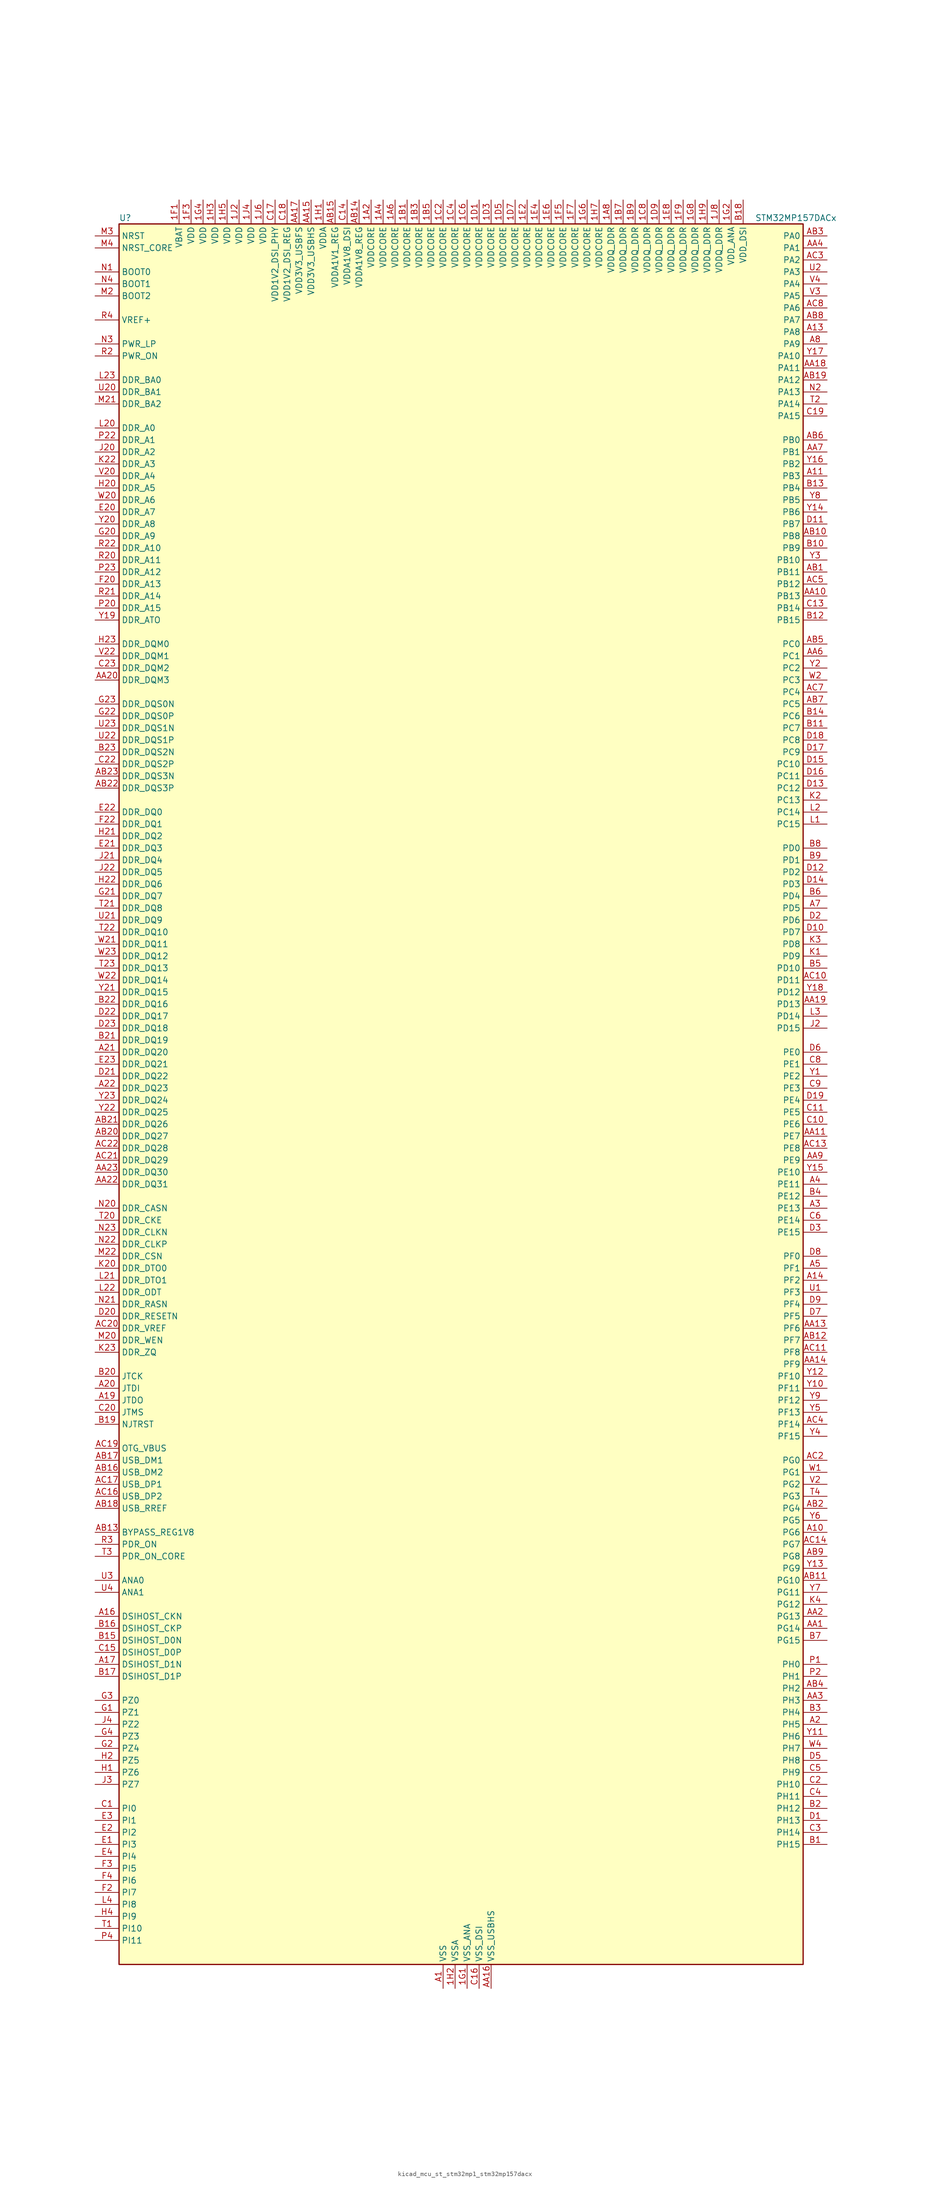
<source format=kicad_sym>
(kicad_symbol_lib
  (version 20220914)
  (generator kicad_symbol_editor)
  (symbol "kicad_mcu_st_stm32mp1_stm32mp157dacx"
    (property "Reference" "U"
      (at -71.12 186.69 0)
      (effects (font (size 1.27 1.27)) (justify left)))
    (property "Value" "STM32MP157DACx"
      (at 63.5 186.69 0)
      (effects (font (size 1.27 1.27)) (justify left)))
    (property "ki_locked" ""
      (at 0 0 0)
      (effects (font (size 1.27 1.27))))
    (symbol "kicad_mcu_st_stm32mp1_stm32mp157dacx_0_1"
      (rectangle (start -71.12 -182.88) (end 73.66 185.42) (stroke (width 0.254) (type default)) (fill (type background))))
    (symbol "kicad_mcu_st_stm32mp1_stm32mp157dacx_1_1"
      (pin power_in line (at -17.78 190.5 270) (length 5.08) (name "VDDCORE" (effects (font (size 1.27 1.27)))) (number "1A2" (effects (font (size 1.27 1.27)))))
      (pin passive line (at -2.54 -187.96 90) (length 5.08) hide (name "VSS" (effects (font (size 1.27 1.27)))) (number "1A3" (effects (font (size 1.27 1.27)))))
      (pin power_in line (at -15.24 190.5 270) (length 5.08) (name "VDDCORE" (effects (font (size 1.27 1.27)))) (number "1A4" (effects (font (size 1.27 1.27)))))
      (pin passive line (at -2.54 -187.96 90) (length 5.08) hide (name "VSS" (effects (font (size 1.27 1.27)))) (number "1A5" (effects (font (size 1.27 1.27)))))
      (pin power_in line (at -12.7 190.5 270) (length 5.08) (name "VDDCORE" (effects (font (size 1.27 1.27)))) (number "1A6" (effects (font (size 1.27 1.27)))))
      (pin passive line (at -2.54 -187.96 90) (length 5.08) hide (name "VSS" (effects (font (size 1.27 1.27)))) (number "1A7" (effects (font (size 1.27 1.27)))))
      (pin power_in line (at 33.02 190.5 270) (length 5.08) (name "VDDQ_DDR" (effects (font (size 1.27 1.27)))) (number "1A8" (effects (font (size 1.27 1.27)))))
      (pin power_in line (at -10.16 190.5 270) (length 5.08) (name "VDDCORE" (effects (font (size 1.27 1.27)))) (number "1B1" (effects (font (size 1.27 1.27)))))
      (pin passive line (at -2.54 -187.96 90) (length 5.08) hide (name "VSS" (effects (font (size 1.27 1.27)))) (number "1B2" (effects (font (size 1.27 1.27)))))
      (pin power_in line (at -7.62 190.5 270) (length 5.08) (name "VDDCORE" (effects (font (size 1.27 1.27)))) (number "1B3" (effects (font (size 1.27 1.27)))))
      (pin passive line (at -2.54 -187.96 90) (length 5.08) hide (name "VSS" (effects (font (size 1.27 1.27)))) (number "1B4" (effects (font (size 1.27 1.27)))))
      (pin power_in line (at -5.08 190.5 270) (length 5.08) (name "VDDCORE" (effects (font (size 1.27 1.27)))) (number "1B5" (effects (font (size 1.27 1.27)))))
      (pin passive line (at -2.54 -187.96 90) (length 5.08) hide (name "VSS" (effects (font (size 1.27 1.27)))) (number "1B6" (effects (font (size 1.27 1.27)))))
      (pin power_in line (at 35.56 190.5 270) (length 5.08) (name "VDDQ_DDR" (effects (font (size 1.27 1.27)))) (number "1B7" (effects (font (size 1.27 1.27)))))
      (pin passive line (at -2.54 -187.96 90) (length 5.08) hide (name "VSS" (effects (font (size 1.27 1.27)))) (number "1B8" (effects (font (size 1.27 1.27)))))
      (pin power_in line (at 38.1 190.5 270) (length 5.08) (name "VDDQ_DDR" (effects (font (size 1.27 1.27)))) (number "1B9" (effects (font (size 1.27 1.27)))))
      (pin passive line (at -2.54 -187.96 90) (length 5.08) hide (name "VSS" (effects (font (size 1.27 1.27)))) (number "1C1" (effects (font (size 1.27 1.27)))))
      (pin power_in line (at -2.54 190.5 270) (length 5.08) (name "VDDCORE" (effects (font (size 1.27 1.27)))) (number "1C2" (effects (font (size 1.27 1.27)))))
      (pin passive line (at -2.54 -187.96 90) (length 5.08) hide (name "VSS" (effects (font (size 1.27 1.27)))) (number "1C3" (effects (font (size 1.27 1.27)))))
      (pin power_in line (at 0 190.5 270) (length 5.08) (name "VDDCORE" (effects (font (size 1.27 1.27)))) (number "1C4" (effects (font (size 1.27 1.27)))))
      (pin passive line (at -2.54 -187.96 90) (length 5.08) hide (name "VSS" (effects (font (size 1.27 1.27)))) (number "1C5" (effects (font (size 1.27 1.27)))))
      (pin power_in line (at 2.54 190.5 270) (length 5.08) (name "VDDCORE" (effects (font (size 1.27 1.27)))) (number "1C6" (effects (font (size 1.27 1.27)))))
      (pin passive line (at -2.54 -187.96 90) (length 5.08) hide (name "VSS" (effects (font (size 1.27 1.27)))) (number "1C7" (effects (font (size 1.27 1.27)))))
      (pin power_in line (at 40.64 190.5 270) (length 5.08) (name "VDDQ_DDR" (effects (font (size 1.27 1.27)))) (number "1C8" (effects (font (size 1.27 1.27)))))
      (pin passive line (at -2.54 -187.96 90) (length 5.08) hide (name "VSS" (effects (font (size 1.27 1.27)))) (number "1C9" (effects (font (size 1.27 1.27)))))
      (pin power_in line (at 5.08 190.5 270) (length 5.08) (name "VDDCORE" (effects (font (size 1.27 1.27)))) (number "1D1" (effects (font (size 1.27 1.27)))))
      (pin passive line (at -2.54 -187.96 90) (length 5.08) hide (name "VSS" (effects (font (size 1.27 1.27)))) (number "1D2" (effects (font (size 1.27 1.27)))))
      (pin power_in line (at 7.62 190.5 270) (length 5.08) (name "VDDCORE" (effects (font (size 1.27 1.27)))) (number "1D3" (effects (font (size 1.27 1.27)))))
      (pin passive line (at -2.54 -187.96 90) (length 5.08) hide (name "VSS" (effects (font (size 1.27 1.27)))) (number "1D4" (effects (font (size 1.27 1.27)))))
      (pin power_in line (at 10.16 190.5 270) (length 5.08) (name "VDDCORE" (effects (font (size 1.27 1.27)))) (number "1D5" (effects (font (size 1.27 1.27)))))
      (pin passive line (at -2.54 -187.96 90) (length 5.08) hide (name "VSS" (effects (font (size 1.27 1.27)))) (number "1D6" (effects (font (size 1.27 1.27)))))
      (pin power_in line (at 12.7 190.5 270) (length 5.08) (name "VDDCORE" (effects (font (size 1.27 1.27)))) (number "1D7" (effects (font (size 1.27 1.27)))))
      (pin passive line (at -2.54 -187.96 90) (length 5.08) hide (name "VSS" (effects (font (size 1.27 1.27)))) (number "1D8" (effects (font (size 1.27 1.27)))))
      (pin power_in line (at 43.18 190.5 270) (length 5.08) (name "VDDQ_DDR" (effects (font (size 1.27 1.27)))) (number "1D9" (effects (font (size 1.27 1.27)))))
      (pin passive line (at -2.54 -187.96 90) (length 5.08) hide (name "VSS" (effects (font (size 1.27 1.27)))) (number "1E1" (effects (font (size 1.27 1.27)))))
      (pin power_in line (at 15.24 190.5 270) (length 5.08) (name "VDDCORE" (effects (font (size 1.27 1.27)))) (number "1E2" (effects (font (size 1.27 1.27)))))
      (pin passive line (at -2.54 -187.96 90) (length 5.08) hide (name "VSS" (effects (font (size 1.27 1.27)))) (number "1E3" (effects (font (size 1.27 1.27)))))
      (pin power_in line (at 17.78 190.5 270) (length 5.08) (name "VDDCORE" (effects (font (size 1.27 1.27)))) (number "1E4" (effects (font (size 1.27 1.27)))))
      (pin passive line (at -2.54 -187.96 90) (length 5.08) hide (name "VSS" (effects (font (size 1.27 1.27)))) (number "1E5" (effects (font (size 1.27 1.27)))))
      (pin power_in line (at 20.32 190.5 270) (length 5.08) (name "VDDCORE" (effects (font (size 1.27 1.27)))) (number "1E6" (effects (font (size 1.27 1.27)))))
      (pin passive line (at -2.54 -187.96 90) (length 5.08) hide (name "VSS" (effects (font (size 1.27 1.27)))) (number "1E7" (effects (font (size 1.27 1.27)))))
      (pin power_in line (at 45.72 190.5 270) (length 5.08) (name "VDDQ_DDR" (effects (font (size 1.27 1.27)))) (number "1E8" (effects (font (size 1.27 1.27)))))
      (pin passive line (at -2.54 -187.96 90) (length 5.08) hide (name "VSS" (effects (font (size 1.27 1.27)))) (number "1E9" (effects (font (size 1.27 1.27)))))
      (pin power_in line (at -58.42 190.5 270) (length 5.08) (name "VBAT" (effects (font (size 1.27 1.27)))) (number "1F1" (effects (font (size 1.27 1.27)))))
      (pin passive line (at -2.54 -187.96 90) (length 5.08) hide (name "VSS" (effects (font (size 1.27 1.27)))) (number "1F2" (effects (font (size 1.27 1.27)))))
      (pin power_in line (at -55.88 190.5 270) (length 5.08) (name "VDD" (effects (font (size 1.27 1.27)))) (number "1F3" (effects (font (size 1.27 1.27)))))
      (pin passive line (at -2.54 -187.96 90) (length 5.08) hide (name "VSS" (effects (font (size 1.27 1.27)))) (number "1F4" (effects (font (size 1.27 1.27)))))
      (pin power_in line (at 22.86 190.5 270) (length 5.08) (name "VDDCORE" (effects (font (size 1.27 1.27)))) (number "1F5" (effects (font (size 1.27 1.27)))))
      (pin passive line (at -2.54 -187.96 90) (length 5.08) hide (name "VSS" (effects (font (size 1.27 1.27)))) (number "1F6" (effects (font (size 1.27 1.27)))))
      (pin power_in line (at 25.4 190.5 270) (length 5.08) (name "VDDCORE" (effects (font (size 1.27 1.27)))) (number "1F7" (effects (font (size 1.27 1.27)))))
      (pin passive line (at -2.54 -187.96 90) (length 5.08) hide (name "VSS" (effects (font (size 1.27 1.27)))) (number "1F8" (effects (font (size 1.27 1.27)))))
      (pin power_in line (at 48.26 190.5 270) (length 5.08) (name "VDDQ_DDR" (effects (font (size 1.27 1.27)))) (number "1F9" (effects (font (size 1.27 1.27)))))
      (pin power_in line (at 2.54 -187.96 90) (length 5.08) (name "VSS_ANA" (effects (font (size 1.27 1.27)))) (number "1G1" (effects (font (size 1.27 1.27)))))
      (pin power_in line (at 58.42 190.5 270) (length 5.08) (name "VDD_ANA" (effects (font (size 1.27 1.27)))) (number "1G2" (effects (font (size 1.27 1.27)))))
      (pin passive line (at -2.54 -187.96 90) (length 5.08) hide (name "VSS" (effects (font (size 1.27 1.27)))) (number "1G3" (effects (font (size 1.27 1.27)))))
      (pin power_in line (at -53.34 190.5 270) (length 5.08) (name "VDD" (effects (font (size 1.27 1.27)))) (number "1G4" (effects (font (size 1.27 1.27)))))
      (pin passive line (at -2.54 -187.96 90) (length 5.08) hide (name "VSS" (effects (font (size 1.27 1.27)))) (number "1G5" (effects (font (size 1.27 1.27)))))
      (pin power_in line (at 27.94 190.5 270) (length 5.08) (name "VDDCORE" (effects (font (size 1.27 1.27)))) (number "1G6" (effects (font (size 1.27 1.27)))))
      (pin passive line (at -2.54 -187.96 90) (length 5.08) hide (name "VSS" (effects (font (size 1.27 1.27)))) (number "1G7" (effects (font (size 1.27 1.27)))))
      (pin power_in line (at 50.8 190.5 270) (length 5.08) (name "VDDQ_DDR" (effects (font (size 1.27 1.27)))) (number "1G8" (effects (font (size 1.27 1.27)))))
      (pin passive line (at -2.54 -187.96 90) (length 5.08) hide (name "VSS" (effects (font (size 1.27 1.27)))) (number "1G9" (effects (font (size 1.27 1.27)))))
      (pin power_in line (at -27.94 190.5 270) (length 5.08) (name "VDDA" (effects (font (size 1.27 1.27)))) (number "1H1" (effects (font (size 1.27 1.27)))))
      (pin power_in line (at 0 -187.96 90) (length 5.08) (name "VSSA" (effects (font (size 1.27 1.27)))) (number "1H2" (effects (font (size 1.27 1.27)))))
      (pin power_in line (at -50.8 190.5 270) (length 5.08) (name "VDD" (effects (font (size 1.27 1.27)))) (number "1H3" (effects (font (size 1.27 1.27)))))
      (pin passive line (at -2.54 -187.96 90) (length 5.08) hide (name "VSS" (effects (font (size 1.27 1.27)))) (number "1H4" (effects (font (size 1.27 1.27)))))
      (pin power_in line (at -48.26 190.5 270) (length 5.08) (name "VDD" (effects (font (size 1.27 1.27)))) (number "1H5" (effects (font (size 1.27 1.27)))))
      (pin passive line (at -2.54 -187.96 90) (length 5.08) hide (name "VSS" (effects (font (size 1.27 1.27)))) (number "1H6" (effects (font (size 1.27 1.27)))))
      (pin power_in line (at 30.48 190.5 270) (length 5.08) (name "VDDCORE" (effects (font (size 1.27 1.27)))) (number "1H7" (effects (font (size 1.27 1.27)))))
      (pin passive line (at -2.54 -187.96 90) (length 5.08) hide (name "VSS" (effects (font (size 1.27 1.27)))) (number "1H8" (effects (font (size 1.27 1.27)))))
      (pin power_in line (at 53.34 190.5 270) (length 5.08) (name "VDDQ_DDR" (effects (font (size 1.27 1.27)))) (number "1H9" (effects (font (size 1.27 1.27)))))
      (pin power_in line (at -45.72 190.5 270) (length 5.08) (name "VDD" (effects (font (size 1.27 1.27)))) (number "1J2" (effects (font (size 1.27 1.27)))))
      (pin passive line (at -2.54 -187.96 90) (length 5.08) hide (name "VSS" (effects (font (size 1.27 1.27)))) (number "1J3" (effects (font (size 1.27 1.27)))))
      (pin power_in line (at -43.18 190.5 270) (length 5.08) (name "VDD" (effects (font (size 1.27 1.27)))) (number "1J4" (effects (font (size 1.27 1.27)))))
      (pin passive line (at -2.54 -187.96 90) (length 5.08) hide (name "VSS" (effects (font (size 1.27 1.27)))) (number "1J5" (effects (font (size 1.27 1.27)))))
      (pin power_in line (at -40.64 190.5 270) (length 5.08) (name "VDD" (effects (font (size 1.27 1.27)))) (number "1J6" (effects (font (size 1.27 1.27)))))
      (pin passive line (at -2.54 -187.96 90) (length 5.08) hide (name "VSS" (effects (font (size 1.27 1.27)))) (number "1J7" (effects (font (size 1.27 1.27)))))
      (pin power_in line (at 55.88 190.5 270) (length 5.08) (name "VDDQ_DDR" (effects (font (size 1.27 1.27)))) (number "1J8" (effects (font (size 1.27 1.27)))))
      (pin power_in line (at -2.54 -187.96 90) (length 5.08) (name "VSS" (effects (font (size 1.27 1.27)))) (number "A1" (effects (font (size 1.27 1.27)))))
      (pin bidirectional line (at 78.74 -91.44 180) (length 5.08) (name "PG6" (effects (font (size 1.27 1.27)))) (number "A10" (effects (font (size 1.27 1.27)))) (alternate "DCMI_D12" bidirectional line) (alternate "DEBUG_TRACED14" bidirectional line) (alternate "LTDC_R7" bidirectional line) (alternate "SDMMC2_CMD" bidirectional line) (alternate "TIM17_BKIN" bidirectional line))
      (pin bidirectional line (at 78.74 132.08 180) (length 5.08) (name "PB3" (effects (font (size 1.27 1.27)))) (number "A11" (effects (font (size 1.27 1.27)))) (alternate "DEBUG_TRACED9" bidirectional line) (alternate "I2S1_CK" bidirectional line) (alternate "I2S3_CK" bidirectional line) (alternate "SAI4_CK1" bidirectional line) (alternate "SAI4_MCLK_A" bidirectional line) (alternate "SDMMC2_D2" bidirectional line) (alternate "SPI1_SCK" bidirectional line) (alternate "SPI3_SCK" bidirectional line) (alternate "SPI6_SCK" bidirectional line) (alternate "TIM2_CH2" bidirectional line) (alternate "UART7_RX" bidirectional line))
      (pin bidirectional line (at 78.74 162.56 180) (length 5.08) (name "PA8" (effects (font (size 1.27 1.27)))) (number "A13" (effects (font (size 1.27 1.27)))) (alternate "I2C3_SCL" bidirectional line) (alternate "I2S3_SDO" bidirectional line) (alternate "LTDC_R6" bidirectional line) (alternate "RCC_MCO_1" bidirectional line) (alternate "SAI4_SD_B" bidirectional line) (alternate "SDMMC2_CKIN" bidirectional line) (alternate "SDMMC2_D4" bidirectional line) (alternate "SPI3_MOSI" bidirectional line) (alternate "TIM1_CH1" bidirectional line) (alternate "TIM8_BKIN2" bidirectional line) (alternate "UART7_RX" bidirectional line) (alternate "USART1_CK" bidirectional line) (alternate "USB_OTG_HS_SOF" bidirectional line))
      (pin bidirectional line (at 78.74 -38.1 180) (length 5.08) (name "PF2" (effects (font (size 1.27 1.27)))) (number "A14" (effects (font (size 1.27 1.27)))) (alternate "FMC_A2" bidirectional line) (alternate "I2C2_SMBA" bidirectional line) (alternate "SDMMC1_D0DIR" bidirectional line) (alternate "SDMMC2_D0DIR" bidirectional line) (alternate "SDMMC3_D0DIR" bidirectional line))
      (pin bidirectional line (at -76.2 -109.22 0) (length 5.08) (name "DSIHOST_CKN" (effects (font (size 1.27 1.27)))) (number "A16" (effects (font (size 1.27 1.27)))) (alternate "DSIHOST_CKN" bidirectional line))
      (pin bidirectional line (at -76.2 -119.38 0) (length 5.08) (name "DSIHOST_D1N" (effects (font (size 1.27 1.27)))) (number "A17" (effects (font (size 1.27 1.27)))) (alternate "DSIHOST_D1N" bidirectional line))
      (pin bidirectional line (at -76.2 -63.5 0) (length 5.08) (name "JTDO" (effects (font (size 1.27 1.27)))) (number "A19" (effects (font (size 1.27 1.27)))) (alternate "DEBUG_JTDO-SWO" bidirectional line))
      (pin bidirectional line (at 78.74 -132.08 180) (length 5.08) (name "PH5" (effects (font (size 1.27 1.27)))) (number "A2" (effects (font (size 1.27 1.27)))) (alternate "I2C2_SDA" bidirectional line) (alternate "SAI4_SD_B" bidirectional line) (alternate "SPI5_NSS" bidirectional line))
      (pin bidirectional line (at -76.2 -60.96 0) (length 5.08) (name "JTDI" (effects (font (size 1.27 1.27)))) (number "A20" (effects (font (size 1.27 1.27)))) (alternate "DEBUG_JTDI" bidirectional line))
      (pin bidirectional line (at -76.2 10.16 0) (length 5.08) (name "DDR_DQ20" (effects (font (size 1.27 1.27)))) (number "A21" (effects (font (size 1.27 1.27)))) (alternate "DDR_DQ20" bidirectional line))
      (pin bidirectional line (at -76.2 2.54 0) (length 5.08) (name "DDR_DQ23" (effects (font (size 1.27 1.27)))) (number "A22" (effects (font (size 1.27 1.27)))) (alternate "DDR_DQ23" bidirectional line))
      (pin passive line (at -2.54 -187.96 90) (length 5.08) hide (name "VSS" (effects (font (size 1.27 1.27)))) (number "A23" (effects (font (size 1.27 1.27)))))
      (pin bidirectional line (at 78.74 -22.86 180) (length 5.08) (name "PE13" (effects (font (size 1.27 1.27)))) (number "A3" (effects (font (size 1.27 1.27)))) (alternate "DCMI_D6" bidirectional line) (alternate "DFSDM1_CKIN5" bidirectional line) (alternate "FMC_D10" bidirectional line) (alternate "FMC_DA10" bidirectional line) (alternate "HDP_HDP2" bidirectional line) (alternate "LTDC_DE" bidirectional line) (alternate "SAI2_FS_B" bidirectional line) (alternate "SPI4_MISO" bidirectional line) (alternate "TIM1_CH3" bidirectional line))
      (pin bidirectional line (at 78.74 -17.78 180) (length 5.08) (name "PE11" (effects (font (size 1.27 1.27)))) (number "A4" (effects (font (size 1.27 1.27)))) (alternate "ADC1_EXTI11" bidirectional line) (alternate "ADC2_EXTI11" bidirectional line) (alternate "DCMI_D4" bidirectional line) (alternate "DFSDM1_CKIN4" bidirectional line) (alternate "FMC_D8" bidirectional line) (alternate "FMC_DA8" bidirectional line) (alternate "LTDC_G3" bidirectional line) (alternate "SAI2_SD_B" bidirectional line) (alternate "SPI4_NSS" bidirectional line) (alternate "TIM1_CH2" bidirectional line) (alternate "USART6_CK" bidirectional line))
      (pin bidirectional line (at 78.74 -35.56 180) (length 5.08) (name "PF1" (effects (font (size 1.27 1.27)))) (number "A5" (effects (font (size 1.27 1.27)))) (alternate "FMC_A1" bidirectional line) (alternate "I2C2_SCL" bidirectional line) (alternate "SDMMC3_CDIR" bidirectional line) (alternate "SDMMC3_CMD" bidirectional line))
      (pin bidirectional line (at 78.74 40.64 180) (length 5.08) (name "PD5" (effects (font (size 1.27 1.27)))) (number "A7" (effects (font (size 1.27 1.27)))) (alternate "FMC_NWE" bidirectional line) (alternate "SDMMC3_D2" bidirectional line) (alternate "USART2_TX" bidirectional line))
      (pin bidirectional line (at 78.74 160.02 180) (length 5.08) (name "PA9" (effects (font (size 1.27 1.27)))) (number "A8" (effects (font (size 1.27 1.27)))) (alternate "DAC1_EXTI9" bidirectional line) (alternate "DCMI_D0" bidirectional line) (alternate "I2C3_SMBA" bidirectional line) (alternate "I2S2_CK" bidirectional line) (alternate "LTDC_R5" bidirectional line) (alternate "SDMMC2_CDIR" bidirectional line) (alternate "SDMMC2_D5" bidirectional line) (alternate "SPI2_SCK" bidirectional line) (alternate "TIM1_CH2" bidirectional line) (alternate "USART1_TX" bidirectional line))
      (pin bidirectional line (at 78.74 -111.76 180) (length 5.08) (name "PG14" (effects (font (size 1.27 1.27)))) (number "AA1" (effects (font (size 1.27 1.27)))) (alternate "DEBUG_TRACED1" bidirectional line) (alternate "ETH1_TXD1" bidirectional line) (alternate "FMC_A25" bidirectional line) (alternate "LPTIM1_ETR" bidirectional line) (alternate "LTDC_B0" bidirectional line) (alternate "QUADSPI_BK2_IO3" bidirectional line) (alternate "SAI4_D1" bidirectional line) (alternate "SAI4_SD_A" bidirectional line) (alternate "SPI6_MOSI" bidirectional line) (alternate "USART6_TX" bidirectional line))
      (pin bidirectional line (at 78.74 106.68 180) (length 5.08) (name "PB13" (effects (font (size 1.27 1.27)))) (number "AA10" (effects (font (size 1.27 1.27)))) (alternate "DFSDM1_CKIN1" bidirectional line) (alternate "DFSDM1_CKOUT" bidirectional line) (alternate "ETH1_TXD1" bidirectional line) (alternate "FDCAN2_TX" bidirectional line) (alternate "I2S2_CK" bidirectional line) (alternate "LPTIM2_OUT" bidirectional line) (alternate "SPI2_SCK" bidirectional line) (alternate "TIM1_CH1N" bidirectional line) (alternate "UART5_TX" bidirectional line) (alternate "USART3_CTS" bidirectional line) (alternate "USART3_NSS" bidirectional line))
      (pin bidirectional line (at 78.74 -7.62 180) (length 5.08) (name "PE7" (effects (font (size 1.27 1.27)))) (number "AA11" (effects (font (size 1.27 1.27)))) (alternate "DFSDM1_DATIN2" bidirectional line) (alternate "FMC_D4" bidirectional line) (alternate "FMC_DA4" bidirectional line) (alternate "QUADSPI_BK2_IO0" bidirectional line) (alternate "TIM1_ETR" bidirectional line) (alternate "TIM3_ETR" bidirectional line) (alternate "UART7_RX" bidirectional line))
      (pin passive line (at -2.54 -187.96 90) (length 5.08) hide (name "VSS" (effects (font (size 1.27 1.27)))) (number "AA12" (effects (font (size 1.27 1.27)))))
      (pin bidirectional line (at 78.74 -48.26 180) (length 5.08) (name "PF6" (effects (font (size 1.27 1.27)))) (number "AA13" (effects (font (size 1.27 1.27)))) (alternate "QUADSPI_BK1_IO3" bidirectional line) (alternate "SAI1_SD_B" bidirectional line) (alternate "SAI4_SCK_B" bidirectional line) (alternate "SPI5_NSS" bidirectional line) (alternate "TIM16_CH1" bidirectional line) (alternate "UART7_RX" bidirectional line))
      (pin bidirectional line (at 78.74 -55.88 180) (length 5.08) (name "PF9" (effects (font (size 1.27 1.27)))) (number "AA14" (effects (font (size 1.27 1.27)))) (alternate "DAC1_EXTI9" bidirectional line) (alternate "DEBUG_TRACED13" bidirectional line) (alternate "QUADSPI_BK1_IO1" bidirectional line) (alternate "SAI1_FS_B" bidirectional line) (alternate "SPI5_MOSI" bidirectional line) (alternate "TIM14_CH1" bidirectional line) (alternate "TIM17_CH1N" bidirectional line) (alternate "UART7_CTS" bidirectional line))
      (pin power_in line (at -30.48 190.5 270) (length 5.08) (name "VDD3V3_USBHS" (effects (font (size 1.27 1.27)))) (number "AA15" (effects (font (size 1.27 1.27)))))
      (pin power_in line (at 7.62 -187.96 90) (length 5.08) (name "VSS_USBHS" (effects (font (size 1.27 1.27)))) (number "AA16" (effects (font (size 1.27 1.27)))))
      (pin power_in line (at -33.02 190.5 270) (length 5.08) (name "VDD3V3_USBFS" (effects (font (size 1.27 1.27)))) (number "AA17" (effects (font (size 1.27 1.27)))))
      (pin bidirectional line (at 78.74 154.94 180) (length 5.08) (name "PA11" (effects (font (size 1.27 1.27)))) (number "AA18" (effects (font (size 1.27 1.27)))) (alternate "ADC1_EXTI11" bidirectional line) (alternate "ADC2_EXTI11" bidirectional line) (alternate "FDCAN1_RX" bidirectional line) (alternate "I2C5_SCL" bidirectional line) (alternate "I2C6_SCL" bidirectional line) (alternate "I2S2_WS" bidirectional line) (alternate "LTDC_R4" bidirectional line) (alternate "SPI2_NSS" bidirectional line) (alternate "TIM1_CH4" bidirectional line) (alternate "UART4_RX" bidirectional line) (alternate "USART1_CTS" bidirectional line) (alternate "USART1_NSS" bidirectional line))
      (pin bidirectional line (at 78.74 20.32 180) (length 5.08) (name "PD13" (effects (font (size 1.27 1.27)))) (number "AA19" (effects (font (size 1.27 1.27)))) (alternate "DSIHOST_TE" bidirectional line) (alternate "FMC_A18" bidirectional line) (alternate "I2C1_SDA" bidirectional line) (alternate "I2C4_SDA" bidirectional line) (alternate "I2S3_MCK" bidirectional line) (alternate "LPTIM1_OUT" bidirectional line) (alternate "QUADSPI_BK1_IO3" bidirectional line) (alternate "SAI2_SCK_A" bidirectional line) (alternate "TIM4_CH2" bidirectional line))
      (pin bidirectional line (at 78.74 -109.22 180) (length 5.08) (name "PG13" (effects (font (size 1.27 1.27)))) (number "AA2" (effects (font (size 1.27 1.27)))) (alternate "DEBUG_TRACED0" bidirectional line) (alternate "ETH1_TXD0" bidirectional line) (alternate "FMC_A24" bidirectional line) (alternate "LPTIM1_OUT" bidirectional line) (alternate "LTDC_R0" bidirectional line) (alternate "SAI1_CK2" bidirectional line) (alternate "SAI1_SCK_A" bidirectional line) (alternate "SAI4_CK1" bidirectional line) (alternate "SAI4_MCLK_A" bidirectional line) (alternate "SPI6_SCK" bidirectional line) (alternate "USART6_CTS" bidirectional line) (alternate "USART6_NSS" bidirectional line))
      (pin bidirectional line (at -76.2 88.9 0) (length 5.08) (name "DDR_DQM3" (effects (font (size 1.27 1.27)))) (number "AA20" (effects (font (size 1.27 1.27)))) (alternate "DDR_DQM3" bidirectional line))
      (pin passive line (at -2.54 -187.96 90) (length 5.08) hide (name "VSS" (effects (font (size 1.27 1.27)))) (number "AA21" (effects (font (size 1.27 1.27)))))
      (pin bidirectional line (at -76.2 -17.78 0) (length 5.08) (name "DDR_DQ31" (effects (font (size 1.27 1.27)))) (number "AA22" (effects (font (size 1.27 1.27)))) (alternate "DDR_DQ31" bidirectional line))
      (pin bidirectional line (at -76.2 -15.24 0) (length 5.08) (name "DDR_DQ30" (effects (font (size 1.27 1.27)))) (number "AA23" (effects (font (size 1.27 1.27)))) (alternate "DDR_DQ30" bidirectional line))
      (pin bidirectional line (at 78.74 -127 180) (length 5.08) (name "PH3" (effects (font (size 1.27 1.27)))) (number "AA3" (effects (font (size 1.27 1.27)))) (alternate "DFSDM1_CKIN4" bidirectional line) (alternate "ETH1_COL" bidirectional line) (alternate "LTDC_R1" bidirectional line) (alternate "QUADSPI_BK2_IO1" bidirectional line) (alternate "SAI2_MCLK_B" bidirectional line))
      (pin bidirectional line (at 78.74 180.34 180) (length 5.08) (name "PA1" (effects (font (size 1.27 1.27)))) (number "AA4" (effects (font (size 1.27 1.27)))) (alternate "ADC1_INN16" bidirectional line) (alternate "ADC1_INP17" bidirectional line) (alternate "ETH1_CLK" bidirectional line) (alternate "ETH1_REF_CLK" bidirectional line) (alternate "ETH1_RX_CLK" bidirectional line) (alternate "LPTIM3_OUT" bidirectional line) (alternate "LTDC_R2" bidirectional line) (alternate "QUADSPI_BK1_IO3" bidirectional line) (alternate "SAI2_MCLK_B" bidirectional line) (alternate "TIM15_CH1N" bidirectional line) (alternate "TIM2_CH2" bidirectional line) (alternate "TIM5_CH2" bidirectional line) (alternate "UART4_RX" bidirectional line) (alternate "USART2_DE" bidirectional line) (alternate "USART2_RTS" bidirectional line))
      (pin passive line (at -2.54 -187.96 90) (length 5.08) hide (name "VSS" (effects (font (size 1.27 1.27)))) (number "AA5" (effects (font (size 1.27 1.27)))))
      (pin bidirectional line (at 78.74 93.98 180) (length 5.08) (name "PC1" (effects (font (size 1.27 1.27)))) (number "AA6" (effects (font (size 1.27 1.27)))) (alternate "ADC1_INN10" bidirectional line) (alternate "ADC1_INP11" bidirectional line) (alternate "ADC2_INN10" bidirectional line) (alternate "ADC2_INP11" bidirectional line) (alternate "DEBUG_TRACED0" bidirectional line) (alternate "DFSDM1_CKIN4" bidirectional line) (alternate "DFSDM1_DATIN0" bidirectional line) (alternate "ETH1_MDC" bidirectional line) (alternate "I2S2_SDO" bidirectional line) (alternate "PWR_WKUP6" bidirectional line) (alternate "SAI1_D1" bidirectional line) (alternate "SAI1_SD_A" bidirectional line) (alternate "SDMMC2_CK" bidirectional line) (alternate "SPI2_MOSI" bidirectional line) (alternate "TAMP_IN3" bidirectional line))
      (pin bidirectional line (at 78.74 137.16 180) (length 5.08) (name "PB1" (effects (font (size 1.27 1.27)))) (number "AA7" (effects (font (size 1.27 1.27)))) (alternate "ADC1_INP5" bidirectional line) (alternate "ADC2_INP5" bidirectional line) (alternate "DFSDM1_DATIN1" bidirectional line) (alternate "ETH1_RXD3" bidirectional line) (alternate "LTDC_G0" bidirectional line) (alternate "LTDC_R6" bidirectional line) (alternate "TIM1_CH3N" bidirectional line) (alternate "TIM3_CH4" bidirectional line) (alternate "TIM8_CH3N" bidirectional line))
      (pin passive line (at -2.54 -187.96 90) (length 5.08) hide (name "VSS" (effects (font (size 1.27 1.27)))) (number "AA8" (effects (font (size 1.27 1.27)))))
      (pin bidirectional line (at 78.74 -12.7 180) (length 5.08) (name "PE9" (effects (font (size 1.27 1.27)))) (number "AA9" (effects (font (size 1.27 1.27)))) (alternate "DAC1_EXTI9" bidirectional line) (alternate "DFSDM1_CKOUT" bidirectional line) (alternate "FMC_D6" bidirectional line) (alternate "FMC_DA6" bidirectional line) (alternate "QUADSPI_BK2_IO2" bidirectional line) (alternate "TIM1_CH1" bidirectional line) (alternate "UART7_DE" bidirectional line) (alternate "UART7_RTS" bidirectional line))
      (pin bidirectional line (at 78.74 111.76 180) (length 5.08) (name "PB11" (effects (font (size 1.27 1.27)))) (number "AB1" (effects (font (size 1.27 1.27)))) (alternate "ADC1_EXTI11" bidirectional line) (alternate "ADC2_EXTI11" bidirectional line) (alternate "DFSDM1_CKIN7" bidirectional line) (alternate "DSIHOST_TE" bidirectional line) (alternate "ETH1_TX_CTL" bidirectional line) (alternate "ETH1_TX_EN" bidirectional line) (alternate "I2C2_SDA" bidirectional line) (alternate "LPTIM2_ETR" bidirectional line) (alternate "LTDC_G5" bidirectional line) (alternate "TIM2_CH4" bidirectional line) (alternate "USART3_RX" bidirectional line))
      (pin bidirectional line (at 78.74 119.38 180) (length 5.08) (name "PB8" (effects (font (size 1.27 1.27)))) (number "AB10" (effects (font (size 1.27 1.27)))) (alternate "DCMI_D6" bidirectional line) (alternate "DFSDM1_CKIN7" bidirectional line) (alternate "ETH1_TXD3" bidirectional line) (alternate "FDCAN1_RX" bidirectional line) (alternate "HDP_HDP6" bidirectional line) (alternate "I2C1_SCL" bidirectional line) (alternate "I2C4_SCL" bidirectional line) (alternate "LTDC_B6" bidirectional line) (alternate "SDMMC1_CKIN" bidirectional line) (alternate "SDMMC1_D4" bidirectional line) (alternate "SDMMC2_CKIN" bidirectional line) (alternate "SDMMC2_D4" bidirectional line) (alternate "TIM16_CH1" bidirectional line) (alternate "TIM4_CH3" bidirectional line) (alternate "UART4_RX" bidirectional line))
      (pin bidirectional line (at 78.74 -101.6 180) (length 5.08) (name "PG10" (effects (font (size 1.27 1.27)))) (number "AB11" (effects (font (size 1.27 1.27)))) (alternate "DCMI_D2" bidirectional line) (alternate "DEBUG_TRACED10" bidirectional line) (alternate "FMC_NE3" bidirectional line) (alternate "LTDC_B2" bidirectional line) (alternate "LTDC_G3" bidirectional line) (alternate "QUADSPI_BK2_IO2" bidirectional line) (alternate "SAI2_SD_B" bidirectional line) (alternate "UART8_CTS" bidirectional line))
      (pin bidirectional line (at 78.74 -50.8 180) (length 5.08) (name "PF7" (effects (font (size 1.27 1.27)))) (number "AB12" (effects (font (size 1.27 1.27)))) (alternate "QUADSPI_BK1_IO2" bidirectional line) (alternate "SAI1_MCLK_B" bidirectional line) (alternate "SPI5_SCK" bidirectional line) (alternate "TIM17_CH1" bidirectional line) (alternate "UART7_TX" bidirectional line))
      (pin bidirectional line (at -76.2 -91.44 0) (length 5.08) (name "BYPASS_REG1V8" (effects (font (size 1.27 1.27)))) (number "AB13" (effects (font (size 1.27 1.27)))))
      (pin power_in line (at -20.32 190.5 270) (length 5.08) (name "VDDA1V8_REG" (effects (font (size 1.27 1.27)))) (number "AB14" (effects (font (size 1.27 1.27)))))
      (pin power_in line (at -25.4 190.5 270) (length 5.08) (name "VDDA1V1_REG" (effects (font (size 1.27 1.27)))) (number "AB15" (effects (font (size 1.27 1.27)))))
      (pin bidirectional line (at -76.2 -78.74 0) (length 5.08) (name "USB_DM2" (effects (font (size 1.27 1.27)))) (number "AB16" (effects (font (size 1.27 1.27)))) (alternate "USBH_HS2_DM" bidirectional line) (alternate "USB_OTG_HS_DM" bidirectional line))
      (pin bidirectional line (at -76.2 -76.2 0) (length 5.08) (name "USB_DM1" (effects (font (size 1.27 1.27)))) (number "AB17" (effects (font (size 1.27 1.27)))) (alternate "USBH_HS1_DM" bidirectional line))
      (pin bidirectional line (at -76.2 -86.36 0) (length 5.08) (name "USB_RREF" (effects (font (size 1.27 1.27)))) (number "AB18" (effects (font (size 1.27 1.27)))))
      (pin bidirectional line (at 78.74 152.4 180) (length 5.08) (name "PA12" (effects (font (size 1.27 1.27)))) (number "AB19" (effects (font (size 1.27 1.27)))) (alternate "FDCAN1_TX" bidirectional line) (alternate "I2C5_SDA" bidirectional line) (alternate "I2C6_SDA" bidirectional line) (alternate "LTDC_R5" bidirectional line) (alternate "SAI2_FS_B" bidirectional line) (alternate "TIM1_ETR" bidirectional line) (alternate "UART4_TX" bidirectional line) (alternate "USART1_DE" bidirectional line) (alternate "USART1_RTS" bidirectional line))
      (pin bidirectional line (at 78.74 -86.36 180) (length 5.08) (name "PG4" (effects (font (size 1.27 1.27)))) (number "AB2" (effects (font (size 1.27 1.27)))) (alternate "ETH1_GTX_CLK" bidirectional line) (alternate "FMC_A14" bidirectional line) (alternate "TIM1_BKIN2" bidirectional line))
      (pin bidirectional line (at -76.2 -7.62 0) (length 5.08) (name "DDR_DQ27" (effects (font (size 1.27 1.27)))) (number "AB20" (effects (font (size 1.27 1.27)))) (alternate "DDR_DQ27" bidirectional line))
      (pin bidirectional line (at -76.2 -5.08 0) (length 5.08) (name "DDR_DQ26" (effects (font (size 1.27 1.27)))) (number "AB21" (effects (font (size 1.27 1.27)))) (alternate "DDR_DQ26" bidirectional line))
      (pin bidirectional line (at -76.2 66.04 0) (length 5.08) (name "DDR_DQS3P" (effects (font (size 1.27 1.27)))) (number "AB22" (effects (font (size 1.27 1.27)))) (alternate "DDR_DQS3P" bidirectional line))
      (pin bidirectional line (at -76.2 68.58 0) (length 5.08) (name "DDR_DQS3N" (effects (font (size 1.27 1.27)))) (number "AB23" (effects (font (size 1.27 1.27)))) (alternate "DDR_DQS3N" bidirectional line))
      (pin bidirectional line (at 78.74 182.88 180) (length 5.08) (name "PA0" (effects (font (size 1.27 1.27)))) (number "AB3" (effects (font (size 1.27 1.27)))) (alternate "ADC1_INP16" bidirectional line) (alternate "ETH1_CRS" bidirectional line) (alternate "PWR_WKUP1" bidirectional line) (alternate "SAI2_SD_B" bidirectional line) (alternate "SDMMC2_CMD" bidirectional line) (alternate "TIM15_BKIN" bidirectional line) (alternate "TIM2_CH1" bidirectional line) (alternate "TIM2_ETR" bidirectional line) (alternate "TIM5_CH1" bidirectional line) (alternate "TIM8_ETR" bidirectional line) (alternate "UART4_TX" bidirectional line) (alternate "USART2_CTS" bidirectional line) (alternate "USART2_NSS" bidirectional line))
      (pin bidirectional line (at 78.74 -124.46 180) (length 5.08) (name "PH2" (effects (font (size 1.27 1.27)))) (number "AB4" (effects (font (size 1.27 1.27)))) (alternate "ETH1_CRS" bidirectional line) (alternate "LPTIM1_IN2" bidirectional line) (alternate "LTDC_R0" bidirectional line) (alternate "QUADSPI_BK2_IO0" bidirectional line) (alternate "SAI2_SCK_B" bidirectional line))
      (pin bidirectional line (at 78.74 96.52 180) (length 5.08) (name "PC0" (effects (font (size 1.27 1.27)))) (number "AB5" (effects (font (size 1.27 1.27)))) (alternate "ADC1_INP10" bidirectional line) (alternate "ADC2_INP10" bidirectional line) (alternate "DFSDM1_CKIN0" bidirectional line) (alternate "DFSDM1_DATIN4" bidirectional line) (alternate "LPTIM2_IN2" bidirectional line) (alternate "LTDC_R5" bidirectional line) (alternate "QUADSPI_BK2_NCS" bidirectional line) (alternate "SAI2_FS_B" bidirectional line))
      (pin bidirectional line (at 78.74 139.7 180) (length 5.08) (name "PB0" (effects (font (size 1.27 1.27)))) (number "AB6" (effects (font (size 1.27 1.27)))) (alternate "ADC1_INN5" bidirectional line) (alternate "ADC1_INP9" bidirectional line) (alternate "ADC2_INN5" bidirectional line) (alternate "ADC2_INP9" bidirectional line) (alternate "DFSDM1_CKOUT" bidirectional line) (alternate "ETH1_RXD2" bidirectional line) (alternate "LTDC_G1" bidirectional line) (alternate "LTDC_R3" bidirectional line) (alternate "TIM1_CH2N" bidirectional line) (alternate "TIM3_CH3" bidirectional line) (alternate "TIM8_CH2N" bidirectional line) (alternate "UART4_CTS" bidirectional line))
      (pin bidirectional line (at 78.74 83.82 180) (length 5.08) (name "PC5" (effects (font (size 1.27 1.27)))) (number "AB7" (effects (font (size 1.27 1.27)))) (alternate "ADC1_INN4" bidirectional line) (alternate "ADC1_INP8" bidirectional line) (alternate "ADC2_INN4" bidirectional line) (alternate "ADC2_INP8" bidirectional line) (alternate "DFSDM1_DATIN2" bidirectional line) (alternate "ETH1_RXD1" bidirectional line) (alternate "SAI1_D3" bidirectional line) (alternate "SAI1_D4" bidirectional line) (alternate "SAI4_D3" bidirectional line) (alternate "SAI4_D4" bidirectional line) (alternate "SPDIFRX_IN3" bidirectional line))
      (pin bidirectional line (at 78.74 165.1 180) (length 5.08) (name "PA7" (effects (font (size 1.27 1.27)))) (number "AB8" (effects (font (size 1.27 1.27)))) (alternate "ADC1_INN3" bidirectional line) (alternate "ADC1_INP7" bidirectional line) (alternate "ADC2_INN3" bidirectional line) (alternate "ADC2_INP7" bidirectional line) (alternate "ETH1_CRS_DV" bidirectional line) (alternate "ETH1_RX_CTL" bidirectional line) (alternate "ETH1_RX_DV" bidirectional line) (alternate "I2S1_SDO" bidirectional line) (alternate "QUADSPI_CLK" bidirectional line) (alternate "SAI4_D1" bidirectional line) (alternate "SAI4_SD_A" bidirectional line) (alternate "SPI1_MOSI" bidirectional line) (alternate "SPI6_MOSI" bidirectional line) (alternate "TIM14_CH1" bidirectional line) (alternate "TIM1_CH1N" bidirectional line) (alternate "TIM3_CH2" bidirectional line) (alternate "TIM8_CH1N" bidirectional line))
      (pin bidirectional line (at 78.74 -96.52 180) (length 5.08) (name "PG8" (effects (font (size 1.27 1.27)))) (number "AB9" (effects (font (size 1.27 1.27)))) (alternate "DEBUG_TRACED15" bidirectional line) (alternate "ETH1_CLK" bidirectional line) (alternate "ETH1_PPS_OUT" bidirectional line) (alternate "LTDC_G7" bidirectional line) (alternate "SAI4_D2" bidirectional line) (alternate "SAI4_FS_A" bidirectional line) (alternate "SPDIFRX_IN2" bidirectional line) (alternate "SPI6_NSS" bidirectional line) (alternate "TIM2_CH1" bidirectional line) (alternate "TIM2_ETR" bidirectional line) (alternate "TIM8_ETR" bidirectional line) (alternate "USART3_DE" bidirectional line) (alternate "USART3_RTS" bidirectional line) (alternate "USART6_DE" bidirectional line) (alternate "USART6_RTS" bidirectional line))
      (pin passive line (at -2.54 -187.96 90) (length 5.08) hide (name "VSS" (effects (font (size 1.27 1.27)))) (number "AC1" (effects (font (size 1.27 1.27)))))
      (pin bidirectional line (at 78.74 25.4 180) (length 5.08) (name "PD11" (effects (font (size 1.27 1.27)))) (number "AC10" (effects (font (size 1.27 1.27)))) (alternate "ADC1_EXTI11" bidirectional line) (alternate "ADC2_EXTI11" bidirectional line) (alternate "FMC_A16" bidirectional line) (alternate "FMC_CLE" bidirectional line) (alternate "I2C1_SMBA" bidirectional line) (alternate "I2C4_SMBA" bidirectional line) (alternate "LPTIM2_IN2" bidirectional line) (alternate "QUADSPI_BK1_IO0" bidirectional line) (alternate "SAI2_SD_A" bidirectional line) (alternate "USART3_CTS" bidirectional line) (alternate "USART3_NSS" bidirectional line))
      (pin bidirectional line (at 78.74 -53.34 180) (length 5.08) (name "PF8" (effects (font (size 1.27 1.27)))) (number "AC11" (effects (font (size 1.27 1.27)))) (alternate "DEBUG_TRACED12" bidirectional line) (alternate "QUADSPI_BK1_IO0" bidirectional line) (alternate "SAI1_SCK_B" bidirectional line) (alternate "SPI5_MISO" bidirectional line) (alternate "TIM13_CH1" bidirectional line) (alternate "TIM16_CH1N" bidirectional line) (alternate "UART7_DE" bidirectional line) (alternate "UART7_RTS" bidirectional line))
      (pin bidirectional line (at 78.74 -10.16 180) (length 5.08) (name "PE8" (effects (font (size 1.27 1.27)))) (number "AC13" (effects (font (size 1.27 1.27)))) (alternate "DFSDM1_CKIN2" bidirectional line) (alternate "FMC_D5" bidirectional line) (alternate "FMC_DA5" bidirectional line) (alternate "QUADSPI_BK2_IO1" bidirectional line) (alternate "TIM1_CH1N" bidirectional line) (alternate "UART7_TX" bidirectional line))
      (pin bidirectional line (at 78.74 -93.98 180) (length 5.08) (name "PG7" (effects (font (size 1.27 1.27)))) (number "AC14" (effects (font (size 1.27 1.27)))) (alternate "DCMI_D13" bidirectional line) (alternate "DEBUG_TRACED5" bidirectional line) (alternate "LTDC_CLK" bidirectional line) (alternate "QUADSPI_BK2_IO3" bidirectional line) (alternate "QUADSPI_CLK" bidirectional line) (alternate "SAI1_MCLK_A" bidirectional line) (alternate "UART8_DE" bidirectional line) (alternate "UART8_RTS" bidirectional line) (alternate "USART6_CK" bidirectional line))
      (pin bidirectional line (at -76.2 -83.82 0) (length 5.08) (name "USB_DP2" (effects (font (size 1.27 1.27)))) (number "AC16" (effects (font (size 1.27 1.27)))) (alternate "USBH_HS2_DP" bidirectional line) (alternate "USB_OTG_HS_DP" bidirectional line))
      (pin bidirectional line (at -76.2 -81.28 0) (length 5.08) (name "USB_DP1" (effects (font (size 1.27 1.27)))) (number "AC17" (effects (font (size 1.27 1.27)))) (alternate "USBH_HS1_DP" bidirectional line))
      (pin bidirectional line (at -76.2 -73.66 0) (length 5.08) (name "OTG_VBUS" (effects (font (size 1.27 1.27)))) (number "AC19" (effects (font (size 1.27 1.27)))) (alternate "USB_OTG_HS_VBUS" bidirectional line))
      (pin bidirectional line (at 78.74 -76.2 180) (length 5.08) (name "PG0" (effects (font (size 1.27 1.27)))) (number "AC2" (effects (font (size 1.27 1.27)))) (alternate "DEBUG_TRACED0" bidirectional line) (alternate "DFSDM1_DATIN0" bidirectional line) (alternate "ETH1_TXD4" bidirectional line) (alternate "FMC_A10" bidirectional line))
      (pin bidirectional line (at -76.2 -48.26 0) (length 5.08) (name "DDR_VREF" (effects (font (size 1.27 1.27)))) (number "AC20" (effects (font (size 1.27 1.27)))) (alternate "DDR_VREF" bidirectional line))
      (pin bidirectional line (at -76.2 -12.7 0) (length 5.08) (name "DDR_DQ29" (effects (font (size 1.27 1.27)))) (number "AC21" (effects (font (size 1.27 1.27)))) (alternate "DDR_DQ29" bidirectional line))
      (pin bidirectional line (at -76.2 -10.16 0) (length 5.08) (name "DDR_DQ28" (effects (font (size 1.27 1.27)))) (number "AC22" (effects (font (size 1.27 1.27)))) (alternate "DDR_DQ28" bidirectional line))
      (pin passive line (at -2.54 -187.96 90) (length 5.08) hide (name "VSS" (effects (font (size 1.27 1.27)))) (number "AC23" (effects (font (size 1.27 1.27)))))
      (pin bidirectional line (at 78.74 177.8 180) (length 5.08) (name "PA2" (effects (font (size 1.27 1.27)))) (number "AC3" (effects (font (size 1.27 1.27)))) (alternate "ADC1_INP14" bidirectional line) (alternate "ETH1_MDIO" bidirectional line) (alternate "LPTIM4_OUT" bidirectional line) (alternate "LTDC_R1" bidirectional line) (alternate "PWR_WKUP2" bidirectional line) (alternate "SAI2_SCK_B" bidirectional line) (alternate "SDMMC2_D0DIR" bidirectional line) (alternate "TIM15_CH1" bidirectional line) (alternate "TIM2_CH3" bidirectional line) (alternate "TIM5_CH3" bidirectional line) (alternate "USART2_TX" bidirectional line))
      (pin bidirectional line (at 78.74 -68.58 180) (length 5.08) (name "PF14" (effects (font (size 1.27 1.27)))) (number "AC4" (effects (font (size 1.27 1.27)))) (alternate "ADC2_INN2" bidirectional line) (alternate "ADC2_INP6" bidirectional line) (alternate "DEBUG_TRACED6" bidirectional line) (alternate "DFSDM1_CKIN6" bidirectional line) (alternate "ETH1_RXD6" bidirectional line) (alternate "FMC_A8" bidirectional line) (alternate "I2C1_SCL" bidirectional line) (alternate "I2C4_SCL" bidirectional line))
      (pin bidirectional line (at 78.74 109.22 180) (length 5.08) (name "PB12" (effects (font (size 1.27 1.27)))) (number "AC5" (effects (font (size 1.27 1.27)))) (alternate "DFSDM1_DATIN1" bidirectional line) (alternate "ETH1_TXD0" bidirectional line) (alternate "FDCAN2_RX" bidirectional line) (alternate "I2C2_SMBA" bidirectional line) (alternate "I2C6_SMBA" bidirectional line) (alternate "I2S2_WS" bidirectional line) (alternate "SPI2_NSS" bidirectional line) (alternate "TIM1_BKIN" bidirectional line) (alternate "UART5_RX" bidirectional line) (alternate "USART3_CK" bidirectional line) (alternate "USART3_RX" bidirectional line))
      (pin bidirectional line (at 78.74 86.36 180) (length 5.08) (name "PC4" (effects (font (size 1.27 1.27)))) (number "AC7" (effects (font (size 1.27 1.27)))) (alternate "ADC1_INP4" bidirectional line) (alternate "ADC2_INP4" bidirectional line) (alternate "DFSDM1_CKIN2" bidirectional line) (alternate "ETH1_RXD0" bidirectional line) (alternate "I2S1_MCK" bidirectional line) (alternate "SPDIFRX_IN2" bidirectional line))
      (pin bidirectional line (at 78.74 167.64 180) (length 5.08) (name "PA6" (effects (font (size 1.27 1.27)))) (number "AC8" (effects (font (size 1.27 1.27)))) (alternate "ADC1_INP3" bidirectional line) (alternate "ADC2_INP3" bidirectional line) (alternate "DCMI_PIXCLK" bidirectional line) (alternate "I2S1_SDI" bidirectional line) (alternate "LTDC_G2" bidirectional line) (alternate "SAI4_CK2" bidirectional line) (alternate "SAI4_SCK_A" bidirectional line) (alternate "SPI1_MISO" bidirectional line) (alternate "SPI6_MISO" bidirectional line) (alternate "TIM13_CH1" bidirectional line) (alternate "TIM1_BKIN" bidirectional line) (alternate "TIM3_CH1" bidirectional line) (alternate "TIM8_BKIN" bidirectional line))
      (pin bidirectional line (at 78.74 -157.48 180) (length 5.08) (name "PH15" (effects (font (size 1.27 1.27)))) (number "B1" (effects (font (size 1.27 1.27)))) (alternate "ADC1_EXTI15" bidirectional line) (alternate "ADC2_EXTI15" bidirectional line) (alternate "DCMI_D11" bidirectional line) (alternate "LTDC_G4" bidirectional line) (alternate "TIM8_CH3N" bidirectional line))
      (pin bidirectional line (at 78.74 116.84 180) (length 5.08) (name "PB9" (effects (font (size 1.27 1.27)))) (number "B10" (effects (font (size 1.27 1.27)))) (alternate "DAC1_EXTI9" bidirectional line) (alternate "DCMI_D7" bidirectional line) (alternate "DFSDM1_DATIN7" bidirectional line) (alternate "FDCAN1_TX" bidirectional line) (alternate "HDP_HDP7" bidirectional line) (alternate "I2C1_SDA" bidirectional line) (alternate "I2C4_SDA" bidirectional line) (alternate "I2S2_WS" bidirectional line) (alternate "LTDC_B7" bidirectional line) (alternate "SDMMC1_CDIR" bidirectional line) (alternate "SDMMC1_D5" bidirectional line) (alternate "SDMMC2_CDIR" bidirectional line) (alternate "SDMMC2_D5" bidirectional line) (alternate "SPI2_NSS" bidirectional line) (alternate "TIM17_CH1" bidirectional line) (alternate "TIM4_CH4" bidirectional line) (alternate "UART4_TX" bidirectional line))
      (pin bidirectional line (at 78.74 78.74 180) (length 5.08) (name "PC7" (effects (font (size 1.27 1.27)))) (number "B11" (effects (font (size 1.27 1.27)))) (alternate "DCMI_D1" bidirectional line) (alternate "DFSDM1_DATIN3" bidirectional line) (alternate "HDP_HDP4" bidirectional line) (alternate "I2S3_MCK" bidirectional line) (alternate "LTDC_G6" bidirectional line) (alternate "SDMMC1_D123DIR" bidirectional line) (alternate "SDMMC1_D7" bidirectional line) (alternate "SDMMC2_D123DIR" bidirectional line) (alternate "SDMMC2_D7" bidirectional line) (alternate "TIM3_CH2" bidirectional line) (alternate "TIM8_CH2" bidirectional line) (alternate "USART6_RX" bidirectional line))
      (pin bidirectional line (at 78.74 101.6 180) (length 5.08) (name "PB15" (effects (font (size 1.27 1.27)))) (number "B12" (effects (font (size 1.27 1.27)))) (alternate "ADC1_EXTI15" bidirectional line) (alternate "ADC2_EXTI15" bidirectional line) (alternate "DFSDM1_CKIN2" bidirectional line) (alternate "I2S2_SDO" bidirectional line) (alternate "RTC_REFIN" bidirectional line) (alternate "SDMMC2_D1" bidirectional line) (alternate "SPI2_MOSI" bidirectional line) (alternate "TIM12_CH2" bidirectional line) (alternate "TIM1_CH3N" bidirectional line) (alternate "TIM8_CH3N" bidirectional line) (alternate "USART1_RX" bidirectional line))
      (pin bidirectional line (at 78.74 129.54 180) (length 5.08) (name "PB4" (effects (font (size 1.27 1.27)))) (number "B13" (effects (font (size 1.27 1.27)))) (alternate "DEBUG_TRACED8" bidirectional line) (alternate "I2S1_SDI" bidirectional line) (alternate "I2S2_WS" bidirectional line) (alternate "I2S3_SDI" bidirectional line) (alternate "SAI4_CK2" bidirectional line) (alternate "SAI4_SCK_A" bidirectional line) (alternate "SDMMC2_D3" bidirectional line) (alternate "SPI1_MISO" bidirectional line) (alternate "SPI2_NSS" bidirectional line) (alternate "SPI3_MISO" bidirectional line) (alternate "SPI6_MISO" bidirectional line) (alternate "TIM16_BKIN" bidirectional line) (alternate "TIM3_CH1" bidirectional line) (alternate "UART7_TX" bidirectional line))
      (pin bidirectional line (at 78.74 81.28 180) (length 5.08) (name "PC6" (effects (font (size 1.27 1.27)))) (number "B14" (effects (font (size 1.27 1.27)))) (alternate "DCMI_D0" bidirectional line) (alternate "DFSDM1_CKIN3" bidirectional line) (alternate "DSIHOST_TE" bidirectional line) (alternate "HDP_HDP1" bidirectional line) (alternate "I2S2_MCK" bidirectional line) (alternate "LTDC_HSYNC" bidirectional line) (alternate "SDMMC1_D0DIR" bidirectional line) (alternate "SDMMC1_D6" bidirectional line) (alternate "SDMMC2_D0DIR" bidirectional line) (alternate "SDMMC2_D6" bidirectional line) (alternate "TIM3_CH1" bidirectional line) (alternate "TIM8_CH1" bidirectional line) (alternate "USART6_TX" bidirectional line))
      (pin bidirectional line (at -76.2 -114.3 0) (length 5.08) (name "DSIHOST_D0N" (effects (font (size 1.27 1.27)))) (number "B15" (effects (font (size 1.27 1.27)))) (alternate "DSIHOST_D0N" bidirectional line))
      (pin bidirectional line (at -76.2 -111.76 0) (length 5.08) (name "DSIHOST_CKP" (effects (font (size 1.27 1.27)))) (number "B16" (effects (font (size 1.27 1.27)))) (alternate "DSIHOST_CKP" bidirectional line))
      (pin bidirectional line (at -76.2 -121.92 0) (length 5.08) (name "DSIHOST_D1P" (effects (font (size 1.27 1.27)))) (number "B17" (effects (font (size 1.27 1.27)))) (alternate "DSIHOST_D1P" bidirectional line))
      (pin power_in line (at 60.96 190.5 270) (length 5.08) (name "VDD_DSI" (effects (font (size 1.27 1.27)))) (number "B18" (effects (font (size 1.27 1.27)))))
      (pin bidirectional line (at -76.2 -68.58 0) (length 5.08) (name "NJTRST" (effects (font (size 1.27 1.27)))) (number "B19" (effects (font (size 1.27 1.27)))) (alternate "DEBUG_JTRST" bidirectional line))
      (pin bidirectional line (at 78.74 -149.86 180) (length 5.08) (name "PH12" (effects (font (size 1.27 1.27)))) (number "B2" (effects (font (size 1.27 1.27)))) (alternate "DCMI_D3" bidirectional line) (alternate "HDP_HDP2" bidirectional line) (alternate "I2C1_SDA" bidirectional line) (alternate "I2C4_SDA" bidirectional line) (alternate "LTDC_R6" bidirectional line) (alternate "TIM5_CH3" bidirectional line))
      (pin bidirectional line (at -76.2 -58.42 0) (length 5.08) (name "JTCK" (effects (font (size 1.27 1.27)))) (number "B20" (effects (font (size 1.27 1.27)))) (alternate "DEBUG_JTCK-SWCLK" bidirectional line))
      (pin bidirectional line (at -76.2 12.7 0) (length 5.08) (name "DDR_DQ19" (effects (font (size 1.27 1.27)))) (number "B21" (effects (font (size 1.27 1.27)))) (alternate "DDR_DQ19" bidirectional line))
      (pin bidirectional line (at -76.2 20.32 0) (length 5.08) (name "DDR_DQ16" (effects (font (size 1.27 1.27)))) (number "B22" (effects (font (size 1.27 1.27)))) (alternate "DDR_DQ16" bidirectional line))
      (pin bidirectional line (at -76.2 73.66 0) (length 5.08) (name "DDR_DQS2N" (effects (font (size 1.27 1.27)))) (number "B23" (effects (font (size 1.27 1.27)))) (alternate "DDR_DQS2N" bidirectional line))
      (pin bidirectional line (at 78.74 -129.54 180) (length 5.08) (name "PH4" (effects (font (size 1.27 1.27)))) (number "B3" (effects (font (size 1.27 1.27)))) (alternate "I2C2_SCL" bidirectional line) (alternate "LTDC_G4" bidirectional line) (alternate "LTDC_G5" bidirectional line))
      (pin bidirectional line (at 78.74 -20.32 180) (length 5.08) (name "PE12" (effects (font (size 1.27 1.27)))) (number "B4" (effects (font (size 1.27 1.27)))) (alternate "DFSDM1_DATIN5" bidirectional line) (alternate "FMC_D9" bidirectional line) (alternate "FMC_DA9" bidirectional line) (alternate "LTDC_B4" bidirectional line) (alternate "SAI2_SCK_B" bidirectional line) (alternate "SDMMC1_D0DIR" bidirectional line) (alternate "SPI4_SCK" bidirectional line) (alternate "TIM1_CH3N" bidirectional line))
      (pin bidirectional line (at 78.74 27.94 180) (length 5.08) (name "PD10" (effects (font (size 1.27 1.27)))) (number "B5" (effects (font (size 1.27 1.27)))) (alternate "DFSDM1_CKOUT" bidirectional line) (alternate "FMC_D15" bidirectional line) (alternate "FMC_DA15" bidirectional line) (alternate "I2C5_SMBA" bidirectional line) (alternate "I2S3_SDI" bidirectional line) (alternate "LTDC_B3" bidirectional line) (alternate "RTC_REFIN" bidirectional line) (alternate "SAI3_FS_B" bidirectional line) (alternate "SPI3_MISO" bidirectional line) (alternate "TIM16_BKIN" bidirectional line) (alternate "USART3_CK" bidirectional line))
      (pin bidirectional line (at 78.74 43.18 180) (length 5.08) (name "PD4" (effects (font (size 1.27 1.27)))) (number "B6" (effects (font (size 1.27 1.27)))) (alternate "DFSDM1_CKIN0" bidirectional line) (alternate "FMC_NOE" bidirectional line) (alternate "SAI3_FS_A" bidirectional line) (alternate "SDMMC3_D1" bidirectional line) (alternate "USART2_DE" bidirectional line) (alternate "USART2_RTS" bidirectional line))
      (pin bidirectional line (at 78.74 -114.3 180) (length 5.08) (name "PG15" (effects (font (size 1.27 1.27)))) (number "B7" (effects (font (size 1.27 1.27)))) (alternate "ADC1_EXTI15" bidirectional line) (alternate "ADC2_EXTI15" bidirectional line) (alternate "DCMI_D13" bidirectional line) (alternate "DEBUG_TRACED7" bidirectional line) (alternate "I2C2_SDA" bidirectional line) (alternate "SAI1_D2" bidirectional line) (alternate "SAI1_FS_A" bidirectional line) (alternate "SDMMC3_CK" bidirectional line) (alternate "USART6_CTS" bidirectional line) (alternate "USART6_NSS" bidirectional line))
      (pin bidirectional line (at 78.74 53.34 180) (length 5.08) (name "PD0" (effects (font (size 1.27 1.27)))) (number "B8" (effects (font (size 1.27 1.27)))) (alternate "DFSDM1_CKIN6" bidirectional line) (alternate "DFSDM1_DATIN7" bidirectional line) (alternate "FDCAN1_RX" bidirectional line) (alternate "FMC_D2" bidirectional line) (alternate "FMC_DA2" bidirectional line) (alternate "I2C5_SDA" bidirectional line) (alternate "I2C6_SDA" bidirectional line) (alternate "SAI3_SCK_A" bidirectional line) (alternate "SDMMC3_CMD" bidirectional line) (alternate "UART4_RX" bidirectional line))
      (pin bidirectional line (at 78.74 50.8 180) (length 5.08) (name "PD1" (effects (font (size 1.27 1.27)))) (number "B9" (effects (font (size 1.27 1.27)))) (alternate "DFSDM1_CKIN7" bidirectional line) (alternate "DFSDM1_DATIN6" bidirectional line) (alternate "FDCAN1_TX" bidirectional line) (alternate "FMC_D3" bidirectional line) (alternate "FMC_DA3" bidirectional line) (alternate "I2C5_SCL" bidirectional line) (alternate "I2C6_SCL" bidirectional line) (alternate "SAI3_SD_A" bidirectional line) (alternate "SDMMC3_D0" bidirectional line) (alternate "UART4_TX" bidirectional line))
      (pin bidirectional line (at -76.2 -149.86 0) (length 5.08) (name "PI0" (effects (font (size 1.27 1.27)))) (number "C1" (effects (font (size 1.27 1.27)))) (alternate "DCMI_D13" bidirectional line) (alternate "I2S2_WS" bidirectional line) (alternate "LTDC_G5" bidirectional line) (alternate "SPI2_NSS" bidirectional line) (alternate "TIM5_CH4" bidirectional line))
      (pin bidirectional line (at 78.74 -5.08 180) (length 5.08) (name "PE6" (effects (font (size 1.27 1.27)))) (number "C10" (effects (font (size 1.27 1.27)))) (alternate "DCMI_D7" bidirectional line) (alternate "DEBUG_TRACED2" bidirectional line) (alternate "FMC_A22" bidirectional line) (alternate "LTDC_G1" bidirectional line) (alternate "SAI1_D1" bidirectional line) (alternate "SAI1_SD_A" bidirectional line) (alternate "SAI2_MCLK_B" bidirectional line) (alternate "SDMMC1_D2" bidirectional line) (alternate "SDMMC2_D0" bidirectional line) (alternate "SPI4_MOSI" bidirectional line) (alternate "TIM15_CH2" bidirectional line) (alternate "TIM1_BKIN2" bidirectional line))
      (pin bidirectional line (at 78.74 -2.54 180) (length 5.08) (name "PE5" (effects (font (size 1.27 1.27)))) (number "C11" (effects (font (size 1.27 1.27)))) (alternate "DCMI_D6" bidirectional line) (alternate "DEBUG_TRACED3" bidirectional line) (alternate "DFSDM1_CKIN3" bidirectional line) (alternate "FMC_A21" bidirectional line) (alternate "LTDC_G0" bidirectional line) (alternate "SAI1_CK2" bidirectional line) (alternate "SAI1_SCK_A" bidirectional line) (alternate "SDMMC1_D0DIR" bidirectional line) (alternate "SDMMC1_D6" bidirectional line) (alternate "SDMMC2_D0DIR" bidirectional line) (alternate "SDMMC2_D6" bidirectional line) (alternate "SPI4_MISO" bidirectional line) (alternate "TIM15_CH1" bidirectional line))
      (pin passive line (at -2.54 -187.96 90) (length 5.08) hide (name "VSS" (effects (font (size 1.27 1.27)))) (number "C12" (effects (font (size 1.27 1.27)))))
      (pin bidirectional line (at 78.74 104.14 180) (length 5.08) (name "PB14" (effects (font (size 1.27 1.27)))) (number "C13" (effects (font (size 1.27 1.27)))) (alternate "DFSDM1_DATIN2" bidirectional line) (alternate "I2S2_SDI" bidirectional line) (alternate "SDMMC2_D0" bidirectional line) (alternate "SPI2_MISO" bidirectional line) (alternate "TIM12_CH1" bidirectional line) (alternate "TIM1_CH2N" bidirectional line) (alternate "TIM8_CH2N" bidirectional line) (alternate "USART1_TX" bidirectional line) (alternate "USART3_DE" bidirectional line) (alternate "USART3_RTS" bidirectional line))
      (pin power_in line (at -22.86 190.5 270) (length 5.08) (name "VDDA1V8_DSI" (effects (font (size 1.27 1.27)))) (number "C14" (effects (font (size 1.27 1.27)))))
      (pin bidirectional line (at -76.2 -116.84 0) (length 5.08) (name "DSIHOST_D0P" (effects (font (size 1.27 1.27)))) (number "C15" (effects (font (size 1.27 1.27)))) (alternate "DSIHOST_D0P" bidirectional line))
      (pin power_in line (at 5.08 -187.96 90) (length 5.08) (name "VSS_DSI" (effects (font (size 1.27 1.27)))) (number "C16" (effects (font (size 1.27 1.27)))))
      (pin power_in line (at -38.1 190.5 270) (length 5.08) (name "VDD1V2_DSI_PHY" (effects (font (size 1.27 1.27)))) (number "C17" (effects (font (size 1.27 1.27)))))
      (pin power_in line (at -35.56 190.5 270) (length 5.08) (name "VDD1V2_DSI_REG" (effects (font (size 1.27 1.27)))) (number "C18" (effects (font (size 1.27 1.27)))))
      (pin bidirectional line (at 78.74 144.78 180) (length 5.08) (name "PA15" (effects (font (size 1.27 1.27)))) (number "C19" (effects (font (size 1.27 1.27)))) (alternate "ADC1_EXTI15" bidirectional line) (alternate "ADC2_EXTI15" bidirectional line) (alternate "CEC" bidirectional line) (alternate "DEBUG_DBTRGI" bidirectional line) (alternate "I2S1_WS" bidirectional line) (alternate "I2S3_WS" bidirectional line) (alternate "LTDC_R1" bidirectional line) (alternate "SAI4_D2" bidirectional line) (alternate "SAI4_FS_A" bidirectional line) (alternate "SDMMC1_CDIR" bidirectional line) (alternate "SDMMC1_D5" bidirectional line) (alternate "SDMMC2_CDIR" bidirectional line) (alternate "SDMMC2_D5" bidirectional line) (alternate "SPI1_NSS" bidirectional line) (alternate "SPI3_NSS" bidirectional line) (alternate "SPI6_NSS" bidirectional line) (alternate "TIM2_CH1" bidirectional line) (alternate "TIM2_ETR" bidirectional line) (alternate "UART4_DE" bidirectional line) (alternate "UART4_RTS" bidirectional line) (alternate "UART7_TX" bidirectional line))
      (pin bidirectional line (at 78.74 -144.78 180) (length 5.08) (name "PH10" (effects (font (size 1.27 1.27)))) (number "C2" (effects (font (size 1.27 1.27)))) (alternate "DCMI_D1" bidirectional line) (alternate "I2C1_SMBA" bidirectional line) (alternate "I2C4_SMBA" bidirectional line) (alternate "LTDC_R4" bidirectional line) (alternate "TIM5_CH1" bidirectional line))
      (pin bidirectional line (at -76.2 -66.04 0) (length 5.08) (name "JTMS" (effects (font (size 1.27 1.27)))) (number "C20" (effects (font (size 1.27 1.27)))) (alternate "DEBUG_JTMS-SWDIO" bidirectional line))
      (pin passive line (at -2.54 -187.96 90) (length 5.08) hide (name "VSS" (effects (font (size 1.27 1.27)))) (number "C21" (effects (font (size 1.27 1.27)))))
      (pin bidirectional line (at -76.2 71.12 0) (length 5.08) (name "DDR_DQS2P" (effects (font (size 1.27 1.27)))) (number "C22" (effects (font (size 1.27 1.27)))) (alternate "DDR_DQS2P" bidirectional line))
      (pin bidirectional line (at -76.2 91.44 0) (length 5.08) (name "DDR_DQM2" (effects (font (size 1.27 1.27)))) (number "C23" (effects (font (size 1.27 1.27)))) (alternate "DDR_DQM2" bidirectional line))
      (pin bidirectional line (at 78.74 -154.94 180) (length 5.08) (name "PH14" (effects (font (size 1.27 1.27)))) (number "C3" (effects (font (size 1.27 1.27)))) (alternate "DCMI_D4" bidirectional line) (alternate "FDCAN1_RX" bidirectional line) (alternate "LTDC_G3" bidirectional line) (alternate "TIM8_CH2N" bidirectional line) (alternate "UART4_RX" bidirectional line))
      (pin bidirectional line (at 78.74 -147.32 180) (length 5.08) (name "PH11" (effects (font (size 1.27 1.27)))) (number "C4" (effects (font (size 1.27 1.27)))) (alternate "ADC1_EXTI11" bidirectional line) (alternate "ADC2_EXTI11" bidirectional line) (alternate "DCMI_D2" bidirectional line) (alternate "I2C1_SCL" bidirectional line) (alternate "I2C4_SCL" bidirectional line) (alternate "LTDC_R5" bidirectional line) (alternate "TIM5_CH2" bidirectional line))
      (pin bidirectional line (at 78.74 -142.24 180) (length 5.08) (name "PH9" (effects (font (size 1.27 1.27)))) (number "C5" (effects (font (size 1.27 1.27)))) (alternate "DAC1_EXTI9" bidirectional line) (alternate "DCMI_D0" bidirectional line) (alternate "I2C3_SMBA" bidirectional line) (alternate "LTDC_R3" bidirectional line) (alternate "TIM12_CH2" bidirectional line))
      (pin bidirectional line (at 78.74 -25.4 180) (length 5.08) (name "PE14" (effects (font (size 1.27 1.27)))) (number "C6" (effects (font (size 1.27 1.27)))) (alternate "FMC_D11" bidirectional line) (alternate "FMC_DA11" bidirectional line) (alternate "LTDC_CLK" bidirectional line) (alternate "LTDC_G0" bidirectional line) (alternate "SAI2_MCLK_B" bidirectional line) (alternate "SDMMC1_D123DIR" bidirectional line) (alternate "SPI4_MOSI" bidirectional line) (alternate "TIM1_CH4" bidirectional line) (alternate "UART8_DE" bidirectional line) (alternate "UART8_RTS" bidirectional line))
      (pin passive line (at -2.54 -187.96 90) (length 5.08) hide (name "VSS" (effects (font (size 1.27 1.27)))) (number "C7" (effects (font (size 1.27 1.27)))))
      (pin bidirectional line (at 78.74 7.62 180) (length 5.08) (name "PE1" (effects (font (size 1.27 1.27)))) (number "C8" (effects (font (size 1.27 1.27)))) (alternate "DCMI_D3" bidirectional line) (alternate "FMC_NBL1" bidirectional line) (alternate "I2S2_MCK" bidirectional line) (alternate "LPTIM1_IN2" bidirectional line) (alternate "SAI3_SD_B" bidirectional line) (alternate "UART8_TX" bidirectional line))
      (pin bidirectional line (at 78.74 2.54 180) (length 5.08) (name "PE3" (effects (font (size 1.27 1.27)))) (number "C9" (effects (font (size 1.27 1.27)))) (alternate "DEBUG_TRACED0" bidirectional line) (alternate "FMC_A19" bidirectional line) (alternate "SAI1_SD_B" bidirectional line) (alternate "SDMMC2_CK" bidirectional line) (alternate "TIM15_BKIN" bidirectional line))
      (pin bidirectional line (at 78.74 -152.4 180) (length 5.08) (name "PH13" (effects (font (size 1.27 1.27)))) (number "D1" (effects (font (size 1.27 1.27)))) (alternate "FDCAN1_TX" bidirectional line) (alternate "LTDC_G2" bidirectional line) (alternate "TIM8_CH1N" bidirectional line) (alternate "UART4_TX" bidirectional line))
      (pin bidirectional line (at 78.74 35.56 180) (length 5.08) (name "PD7" (effects (font (size 1.27 1.27)))) (number "D10" (effects (font (size 1.27 1.27)))) (alternate "DEBUG_TRACED6" bidirectional line) (alternate "DFSDM1_CKIN1" bidirectional line) (alternate "DFSDM1_DATIN4" bidirectional line) (alternate "FMC_NE1" bidirectional line) (alternate "I2C2_SCL" bidirectional line) (alternate "SDMMC3_D3" bidirectional line) (alternate "SPDIFRX_IN0" bidirectional line) (alternate "USART2_CK" bidirectional line))
      (pin bidirectional line (at 78.74 121.92 180) (length 5.08) (name "PB7" (effects (font (size 1.27 1.27)))) (number "D11" (effects (font (size 1.27 1.27)))) (alternate "DCMI_VSYNC" bidirectional line) (alternate "DFSDM1_CKIN5" bidirectional line) (alternate "FMC_NL" bidirectional line) (alternate "I2C1_SDA" bidirectional line) (alternate "I2C4_SDA" bidirectional line) (alternate "SDMMC2_D1" bidirectional line) (alternate "TIM17_CH1N" bidirectional line) (alternate "TIM4_CH2" bidirectional line) (alternate "USART1_RX" bidirectional line))
      (pin bidirectional line (at 78.74 48.26 180) (length 5.08) (name "PD2" (effects (font (size 1.27 1.27)))) (number "D12" (effects (font (size 1.27 1.27)))) (alternate "DCMI_D11" bidirectional line) (alternate "I2C5_SMBA" bidirectional line) (alternate "SDMMC1_CMD" bidirectional line) (alternate "TIM3_ETR" bidirectional line) (alternate "UART4_RX" bidirectional line) (alternate "UART5_RX" bidirectional line))
      (pin bidirectional line (at 78.74 66.04 180) (length 5.08) (name "PC12" (effects (font (size 1.27 1.27)))) (number "D13" (effects (font (size 1.27 1.27)))) (alternate "DCMI_D9" bidirectional line) (alternate "DEBUG_TRACECLK" bidirectional line) (alternate "I2S3_SDO" bidirectional line) (alternate "RCC_MCO_2" bidirectional line) (alternate "SAI4_D3" bidirectional line) (alternate "SAI4_SD_B" bidirectional line) (alternate "SDMMC1_CK" bidirectional line) (alternate "SPI3_MOSI" bidirectional line) (alternate "UART5_TX" bidirectional line) (alternate "USART3_CK" bidirectional line))
      (pin bidirectional line (at 78.74 45.72 180) (length 5.08) (name "PD3" (effects (font (size 1.27 1.27)))) (number "D14" (effects (font (size 1.27 1.27)))) (alternate "DCMI_D5" bidirectional line) (alternate "DFSDM1_CKOUT" bidirectional line) (alternate "DFSDM1_DATIN0" bidirectional line) (alternate "FMC_CLK" bidirectional line) (alternate "HDP_HDP5" bidirectional line) (alternate "I2S2_CK" bidirectional line) (alternate "LTDC_G7" bidirectional line) (alternate "SDMMC1_D123DIR" bidirectional line) (alternate "SDMMC1_D7" bidirectional line) (alternate "SDMMC2_D123DIR" bidirectional line) (alternate "SDMMC2_D7" bidirectional line) (alternate "SPI2_SCK" bidirectional line) (alternate "USART2_CTS" bidirectional line) (alternate "USART2_NSS" bidirectional line))
      (pin bidirectional line (at 78.74 71.12 180) (length 5.08) (name "PC10" (effects (font (size 1.27 1.27)))) (number "D15" (effects (font (size 1.27 1.27)))) (alternate "DCMI_D8" bidirectional line) (alternate "DEBUG_TRACED2" bidirectional line) (alternate "DFSDM1_CKIN5" bidirectional line) (alternate "I2S3_CK" bidirectional line) (alternate "LTDC_R2" bidirectional line) (alternate "QUADSPI_BK1_IO1" bidirectional line) (alternate "SAI4_MCLK_B" bidirectional line) (alternate "SDMMC1_D2" bidirectional line) (alternate "SPI3_SCK" bidirectional line) (alternate "UART4_TX" bidirectional line) (alternate "USART3_TX" bidirectional line))
      (pin bidirectional line (at 78.74 68.58 180) (length 5.08) (name "PC11" (effects (font (size 1.27 1.27)))) (number "D16" (effects (font (size 1.27 1.27)))) (alternate "ADC1_EXTI11" bidirectional line) (alternate "ADC2_EXTI11" bidirectional line) (alternate "DCMI_D4" bidirectional line) (alternate "DEBUG_TRACED3" bidirectional line) (alternate "DFSDM1_DATIN5" bidirectional line) (alternate "I2S3_SDI" bidirectional line) (alternate "QUADSPI_BK2_NCS" bidirectional line) (alternate "SAI4_SCK_B" bidirectional line) (alternate "SDMMC1_D3" bidirectional line) (alternate "SPI3_MISO" bidirectional line) (alternate "UART4_RX" bidirectional line) (alternate "USART3_RX" bidirectional line))
      (pin bidirectional line (at 78.74 73.66 180) (length 5.08) (name "PC9" (effects (font (size 1.27 1.27)))) (number "D17" (effects (font (size 1.27 1.27)))) (alternate "DAC1_EXTI9" bidirectional line) (alternate "DCMI_D3" bidirectional line) (alternate "DEBUG_TRACED1" bidirectional line) (alternate "I2C3_SDA" bidirectional line) (alternate "I2S_CKIN" bidirectional line) (alternate "LTDC_B2" bidirectional line) (alternate "QUADSPI_BK1_IO0" bidirectional line) (alternate "SDMMC1_D1" bidirectional line) (alternate "TIM3_CH4" bidirectional line) (alternate "TIM8_CH4" bidirectional line) (alternate "UART5_CTS" bidirectional line))
      (pin bidirectional line (at 78.74 76.2 180) (length 5.08) (name "PC8" (effects (font (size 1.27 1.27)))) (number "D18" (effects (font (size 1.27 1.27)))) (alternate "DCMI_D2" bidirectional line) (alternate "DEBUG_TRACED0" bidirectional line) (alternate "SDMMC1_D0" bidirectional line) (alternate "TIM3_CH3" bidirectional line) (alternate "TIM8_CH3" bidirectional line) (alternate "UART4_TX" bidirectional line) (alternate "UART5_DE" bidirectional line) (alternate "UART5_RTS" bidirectional line) (alternate "USART6_CK" bidirectional line))
      (pin bidirectional line (at 78.74 0 180) (length 5.08) (name "PE4" (effects (font (size 1.27 1.27)))) (number "D19" (effects (font (size 1.27 1.27)))) (alternate "DCMI_D4" bidirectional line) (alternate "DEBUG_TRACED1" bidirectional line) (alternate "DFSDM1_DATIN3" bidirectional line) (alternate "FMC_A20" bidirectional line) (alternate "LTDC_B0" bidirectional line) (alternate "SAI1_D2" bidirectional line) (alternate "SAI1_FS_A" bidirectional line) (alternate "SDMMC1_CKIN" bidirectional line) (alternate "SDMMC1_D4" bidirectional line) (alternate "SDMMC2_CKIN" bidirectional line) (alternate "SDMMC2_D4" bidirectional line) (alternate "SPI4_NSS" bidirectional line) (alternate "TIM15_CH1N" bidirectional line))
      (pin bidirectional line (at 78.74 38.1 180) (length 5.08) (name "PD6" (effects (font (size 1.27 1.27)))) (number "D2" (effects (font (size 1.27 1.27)))) (alternate "DCMI_D10" bidirectional line) (alternate "DFSDM1_CKIN4" bidirectional line) (alternate "DFSDM1_DATIN1" bidirectional line) (alternate "FMC_NWAIT" bidirectional line) (alternate "I2S3_SDO" bidirectional line) (alternate "LTDC_B2" bidirectional line) (alternate "SAI1_D1" bidirectional line) (alternate "SAI1_SD_A" bidirectional line) (alternate "SPI3_MOSI" bidirectional line) (alternate "TIM16_CH1N" bidirectional line) (alternate "USART2_RX" bidirectional line))
      (pin bidirectional line (at -76.2 -45.72 0) (length 5.08) (name "DDR_RESETN" (effects (font (size 1.27 1.27)))) (number "D20" (effects (font (size 1.27 1.27)))) (alternate "DDR_RESETN" bidirectional line))
      (pin bidirectional line (at -76.2 5.08 0) (length 5.08) (name "DDR_DQ22" (effects (font (size 1.27 1.27)))) (number "D21" (effects (font (size 1.27 1.27)))) (alternate "DDR_DQ22" bidirectional line))
      (pin bidirectional line (at -76.2 17.78 0) (length 5.08) (name "DDR_DQ17" (effects (font (size 1.27 1.27)))) (number "D22" (effects (font (size 1.27 1.27)))) (alternate "DDR_DQ17" bidirectional line))
      (pin bidirectional line (at -76.2 15.24 0) (length 5.08) (name "DDR_DQ18" (effects (font (size 1.27 1.27)))) (number "D23" (effects (font (size 1.27 1.27)))) (alternate "DDR_DQ18" bidirectional line))
      (pin bidirectional line (at 78.74 -27.94 180) (length 5.08) (name "PE15" (effects (font (size 1.27 1.27)))) (number "D3" (effects (font (size 1.27 1.27)))) (alternate "ADC1_EXTI15" bidirectional line) (alternate "ADC2_EXTI15" bidirectional line) (alternate "FMC_D12" bidirectional line) (alternate "FMC_DA12" bidirectional line) (alternate "FMC_NCE2" bidirectional line) (alternate "HDP_HDP3" bidirectional line) (alternate "LTDC_R7" bidirectional line) (alternate "TIM15_BKIN" bidirectional line) (alternate "TIM1_BKIN" bidirectional line) (alternate "UART8_CTS" bidirectional line) (alternate "USART2_CTS" bidirectional line) (alternate "USART2_NSS" bidirectional line))
      (pin passive line (at -2.54 -187.96 90) (length 5.08) hide (name "VSS" (effects (font (size 1.27 1.27)))) (number "D4" (effects (font (size 1.27 1.27)))))
      (pin bidirectional line (at 78.74 -139.7 180) (length 5.08) (name "PH8" (effects (font (size 1.27 1.27)))) (number "D5" (effects (font (size 1.27 1.27)))) (alternate "DCMI_HSYNC" bidirectional line) (alternate "I2C3_SDA" bidirectional line) (alternate "LTDC_R2" bidirectional line) (alternate "TIM5_ETR" bidirectional line))
      (pin bidirectional line (at 78.74 10.16 180) (length 5.08) (name "PE0" (effects (font (size 1.27 1.27)))) (number "D6" (effects (font (size 1.27 1.27)))) (alternate "DCMI_D2" bidirectional line) (alternate "FMC_NBL0" bidirectional line) (alternate "I2S3_CK" bidirectional line) (alternate "LPTIM1_ETR" bidirectional line) (alternate "LPTIM2_ETR" bidirectional line) (alternate "SAI2_MCLK_A" bidirectional line) (alternate "SAI4_MCLK_B" bidirectional line) (alternate "SPI3_SCK" bidirectional line) (alternate "TIM4_ETR" bidirectional line) (alternate "UART8_RX" bidirectional line))
      (pin bidirectional line (at 78.74 -45.72 180) (length 5.08) (name "PF5" (effects (font (size 1.27 1.27)))) (number "D7" (effects (font (size 1.27 1.27)))) (alternate "FMC_A5" bidirectional line) (alternate "SDMMC3_D2" bidirectional line) (alternate "USART2_TX" bidirectional line))
      (pin bidirectional line (at 78.74 -33.02 180) (length 5.08) (name "PF0" (effects (font (size 1.27 1.27)))) (number "D8" (effects (font (size 1.27 1.27)))) (alternate "FMC_A0" bidirectional line) (alternate "I2C2_SDA" bidirectional line) (alternate "SDMMC3_CKIN" bidirectional line) (alternate "SDMMC3_D0" bidirectional line))
      (pin bidirectional line (at 78.74 -43.18 180) (length 5.08) (name "PF4" (effects (font (size 1.27 1.27)))) (number "D9" (effects (font (size 1.27 1.27)))) (alternate "FMC_A4" bidirectional line) (alternate "SDMMC3_D1" bidirectional line) (alternate "SDMMC3_D123DIR" bidirectional line) (alternate "USART2_RX" bidirectional line))
      (pin bidirectional line (at -76.2 -157.48 0) (length 5.08) (name "PI3" (effects (font (size 1.27 1.27)))) (number "E1" (effects (font (size 1.27 1.27)))) (alternate "DCMI_D10" bidirectional line) (alternate "I2S2_SDO" bidirectional line) (alternate "SPI2_MOSI" bidirectional line) (alternate "TIM8_ETR" bidirectional line))
      (pin bidirectional line (at -76.2 -154.94 0) (length 5.08) (name "PI2" (effects (font (size 1.27 1.27)))) (number "E2" (effects (font (size 1.27 1.27)))) (alternate "DCMI_D9" bidirectional line) (alternate "I2S2_SDI" bidirectional line) (alternate "LTDC_G7" bidirectional line) (alternate "SPI2_MISO" bidirectional line) (alternate "TIM8_CH4" bidirectional line))
      (pin bidirectional line (at -76.2 124.46 0) (length 5.08) (name "DDR_A7" (effects (font (size 1.27 1.27)))) (number "E20" (effects (font (size 1.27 1.27)))) (alternate "DDR_A7" bidirectional line))
      (pin bidirectional line (at -76.2 53.34 0) (length 5.08) (name "DDR_DQ3" (effects (font (size 1.27 1.27)))) (number "E21" (effects (font (size 1.27 1.27)))) (alternate "DDR_DQ3" bidirectional line))
      (pin bidirectional line (at -76.2 60.96 0) (length 5.08) (name "DDR_DQ0" (effects (font (size 1.27 1.27)))) (number "E22" (effects (font (size 1.27 1.27)))) (alternate "DDR_DQ0" bidirectional line))
      (pin bidirectional line (at -76.2 7.62 0) (length 5.08) (name "DDR_DQ21" (effects (font (size 1.27 1.27)))) (number "E23" (effects (font (size 1.27 1.27)))) (alternate "DDR_DQ21" bidirectional line))
      (pin bidirectional line (at -76.2 -152.4 0) (length 5.08) (name "PI1" (effects (font (size 1.27 1.27)))) (number "E3" (effects (font (size 1.27 1.27)))) (alternate "DCMI_D8" bidirectional line) (alternate "I2S2_CK" bidirectional line) (alternate "LTDC_G6" bidirectional line) (alternate "SPI2_SCK" bidirectional line) (alternate "TIM8_BKIN2" bidirectional line))
      (pin bidirectional line (at -76.2 -160.02 0) (length 5.08) (name "PI4" (effects (font (size 1.27 1.27)))) (number "E4" (effects (font (size 1.27 1.27)))) (alternate "DCMI_D5" bidirectional line) (alternate "LTDC_B4" bidirectional line) (alternate "SAI2_MCLK_A" bidirectional line) (alternate "TIM8_BKIN" bidirectional line))
      (pin bidirectional line (at -76.2 -167.64 0) (length 5.08) (name "PI7" (effects (font (size 1.27 1.27)))) (number "F2" (effects (font (size 1.27 1.27)))) (alternate "DCMI_D7" bidirectional line) (alternate "LTDC_B7" bidirectional line) (alternate "SAI2_FS_A" bidirectional line) (alternate "TIM8_CH3" bidirectional line))
      (pin bidirectional line (at -76.2 109.22 0) (length 5.08) (name "DDR_A13" (effects (font (size 1.27 1.27)))) (number "F20" (effects (font (size 1.27 1.27)))) (alternate "DDR_A13" bidirectional line))
      (pin passive line (at -2.54 -187.96 90) (length 5.08) hide (name "VSS" (effects (font (size 1.27 1.27)))) (number "F21" (effects (font (size 1.27 1.27)))))
      (pin bidirectional line (at -76.2 58.42 0) (length 5.08) (name "DDR_DQ1" (effects (font (size 1.27 1.27)))) (number "F22" (effects (font (size 1.27 1.27)))) (alternate "DDR_DQ1" bidirectional line))
      (pin bidirectional line (at -76.2 -162.56 0) (length 5.08) (name "PI5" (effects (font (size 1.27 1.27)))) (number "F3" (effects (font (size 1.27 1.27)))) (alternate "DCMI_VSYNC" bidirectional line) (alternate "LTDC_B5" bidirectional line) (alternate "SAI2_SCK_A" bidirectional line) (alternate "TIM8_CH1" bidirectional line))
      (pin bidirectional line (at -76.2 -165.1 0) (length 5.08) (name "PI6" (effects (font (size 1.27 1.27)))) (number "F4" (effects (font (size 1.27 1.27)))) (alternate "DCMI_D6" bidirectional line) (alternate "LTDC_B6" bidirectional line) (alternate "SAI2_SD_A" bidirectional line) (alternate "TIM8_CH2" bidirectional line))
      (pin bidirectional line (at -76.2 -129.54 0) (length 5.08) (name "PZ1" (effects (font (size 1.27 1.27)))) (number "G1" (effects (font (size 1.27 1.27)))) (alternate "I2C2_SDA" bidirectional line) (alternate "I2C4_SDA" bidirectional line) (alternate "I2C5_SDA" bidirectional line) (alternate "I2C6_SDA" bidirectional line) (alternate "I2S1_SDI" bidirectional line) (alternate "SPI1_MISO" bidirectional line) (alternate "SPI6_MISO" bidirectional line) (alternate "USART1_RX" bidirectional line))
      (pin bidirectional line (at -76.2 -137.16 0) (length 5.08) (name "PZ4" (effects (font (size 1.27 1.27)))) (number "G2" (effects (font (size 1.27 1.27)))) (alternate "I2C2_SCL" bidirectional line) (alternate "I2C4_SCL" bidirectional line) (alternate "I2C5_SCL" bidirectional line) (alternate "I2C6_SCL" bidirectional line))
      (pin bidirectional line (at -76.2 119.38 0) (length 5.08) (name "DDR_A9" (effects (font (size 1.27 1.27)))) (number "G20" (effects (font (size 1.27 1.27)))) (alternate "DDR_A9" bidirectional line))
      (pin bidirectional line (at -76.2 43.18 0) (length 5.08) (name "DDR_DQ7" (effects (font (size 1.27 1.27)))) (number "G21" (effects (font (size 1.27 1.27)))) (alternate "DDR_DQ7" bidirectional line))
      (pin bidirectional line (at -76.2 81.28 0) (length 5.08) (name "DDR_DQS0P" (effects (font (size 1.27 1.27)))) (number "G22" (effects (font (size 1.27 1.27)))) (alternate "DDR_DQS0P" bidirectional line))
      (pin bidirectional line (at -76.2 83.82 0) (length 5.08) (name "DDR_DQS0N" (effects (font (size 1.27 1.27)))) (number "G23" (effects (font (size 1.27 1.27)))) (alternate "DDR_DQS0N" bidirectional line))
      (pin bidirectional line (at -76.2 -127 0) (length 5.08) (name "PZ0" (effects (font (size 1.27 1.27)))) (number "G3" (effects (font (size 1.27 1.27)))) (alternate "I2C2_SCL" bidirectional line) (alternate "I2C6_SCL" bidirectional line) (alternate "I2S1_CK" bidirectional line) (alternate "SPI1_SCK" bidirectional line) (alternate "SPI6_SCK" bidirectional line) (alternate "USART1_CK" bidirectional line))
      (pin bidirectional line (at -76.2 -134.62 0) (length 5.08) (name "PZ3" (effects (font (size 1.27 1.27)))) (number "G4" (effects (font (size 1.27 1.27)))) (alternate "I2C2_SDA" bidirectional line) (alternate "I2C4_SDA" bidirectional line) (alternate "I2C5_SDA" bidirectional line) (alternate "I2C6_SDA" bidirectional line) (alternate "I2S1_WS" bidirectional line) (alternate "SPI1_NSS" bidirectional line) (alternate "SPI6_NSS" bidirectional line) (alternate "USART1_CTS" bidirectional line) (alternate "USART1_NSS" bidirectional line))
      (pin bidirectional line (at -76.2 -142.24 0) (length 5.08) (name "PZ6" (effects (font (size 1.27 1.27)))) (number "H1" (effects (font (size 1.27 1.27)))) (alternate "I2C2_SCL" bidirectional line) (alternate "I2C4_SMBA" bidirectional line) (alternate "I2C6_SCL" bidirectional line) (alternate "I2S1_MCK" bidirectional line) (alternate "USART1_CK" bidirectional line) (alternate "USART1_RX" bidirectional line))
      (pin bidirectional line (at -76.2 -139.7 0) (length 5.08) (name "PZ5" (effects (font (size 1.27 1.27)))) (number "H2" (effects (font (size 1.27 1.27)))) (alternate "I2C2_SDA" bidirectional line) (alternate "I2C4_SDA" bidirectional line) (alternate "I2C5_SDA" bidirectional line) (alternate "I2C6_SDA" bidirectional line) (alternate "USART1_DE" bidirectional line) (alternate "USART1_RTS" bidirectional line))
      (pin bidirectional line (at -76.2 129.54 0) (length 5.08) (name "DDR_A5" (effects (font (size 1.27 1.27)))) (number "H20" (effects (font (size 1.27 1.27)))) (alternate "DDR_A5" bidirectional line))
      (pin bidirectional line (at -76.2 55.88 0) (length 5.08) (name "DDR_DQ2" (effects (font (size 1.27 1.27)))) (number "H21" (effects (font (size 1.27 1.27)))) (alternate "DDR_DQ2" bidirectional line))
      (pin bidirectional line (at -76.2 45.72 0) (length 5.08) (name "DDR_DQ6" (effects (font (size 1.27 1.27)))) (number "H22" (effects (font (size 1.27 1.27)))) (alternate "DDR_DQ6" bidirectional line))
      (pin bidirectional line (at -76.2 96.52 0) (length 5.08) (name "DDR_DQM0" (effects (font (size 1.27 1.27)))) (number "H23" (effects (font (size 1.27 1.27)))) (alternate "DDR_DQM0" bidirectional line))
      (pin passive line (at -2.54 -187.96 90) (length 5.08) hide (name "VSS" (effects (font (size 1.27 1.27)))) (number "H3" (effects (font (size 1.27 1.27)))))
      (pin bidirectional line (at -76.2 -172.72 0) (length 5.08) (name "PI9" (effects (font (size 1.27 1.27)))) (number "H4" (effects (font (size 1.27 1.27)))) (alternate "DAC1_EXTI9" bidirectional line) (alternate "FDCAN1_RX" bidirectional line) (alternate "HDP_HDP1" bidirectional line) (alternate "LTDC_VSYNC" bidirectional line) (alternate "UART4_RX" bidirectional line))
      (pin bidirectional line (at 78.74 15.24 180) (length 5.08) (name "PD15" (effects (font (size 1.27 1.27)))) (number "J2" (effects (font (size 1.27 1.27)))) (alternate "ADC1_EXTI15" bidirectional line) (alternate "ADC2_EXTI15" bidirectional line) (alternate "FMC_D1" bidirectional line) (alternate "FMC_DA1" bidirectional line) (alternate "LTDC_R1" bidirectional line) (alternate "SAI3_MCLK_A" bidirectional line) (alternate "TIM4_CH4" bidirectional line) (alternate "UART8_CTS" bidirectional line))
      (pin bidirectional line (at -76.2 137.16 0) (length 5.08) (name "DDR_A2" (effects (font (size 1.27 1.27)))) (number "J20" (effects (font (size 1.27 1.27)))) (alternate "DDR_A2" bidirectional line))
      (pin bidirectional line (at -76.2 50.8 0) (length 5.08) (name "DDR_DQ4" (effects (font (size 1.27 1.27)))) (number "J21" (effects (font (size 1.27 1.27)))) (alternate "DDR_DQ4" bidirectional line))
      (pin bidirectional line (at -76.2 48.26 0) (length 5.08) (name "DDR_DQ5" (effects (font (size 1.27 1.27)))) (number "J22" (effects (font (size 1.27 1.27)))) (alternate "DDR_DQ5" bidirectional line))
      (pin bidirectional line (at -76.2 -144.78 0) (length 5.08) (name "PZ7" (effects (font (size 1.27 1.27)))) (number "J3" (effects (font (size 1.27 1.27)))) (alternate "I2C2_SDA" bidirectional line) (alternate "I2C6_SDA" bidirectional line) (alternate "USART1_TX" bidirectional line))
      (pin bidirectional line (at -76.2 -132.08 0) (length 5.08) (name "PZ2" (effects (font (size 1.27 1.27)))) (number "J4" (effects (font (size 1.27 1.27)))) (alternate "I2C2_SCL" bidirectional line) (alternate "I2C4_SMBA" bidirectional line) (alternate "I2C5_SMBA" bidirectional line) (alternate "I2C6_SCL" bidirectional line) (alternate "I2S1_SDO" bidirectional line) (alternate "SPI1_MOSI" bidirectional line) (alternate "SPI6_MOSI" bidirectional line) (alternate "USART1_TX" bidirectional line))
      (pin bidirectional line (at 78.74 30.48 180) (length 5.08) (name "PD9" (effects (font (size 1.27 1.27)))) (number "K1" (effects (font (size 1.27 1.27)))) (alternate "DAC1_EXTI9" bidirectional line) (alternate "DCMI_HSYNC" bidirectional line) (alternate "DFSDM1_DATIN3" bidirectional line) (alternate "FMC_D14" bidirectional line) (alternate "FMC_DA14" bidirectional line) (alternate "LTDC_B0" bidirectional line) (alternate "SAI3_SD_B" bidirectional line) (alternate "USART3_RX" bidirectional line))
      (pin bidirectional line (at 78.74 63.5 180) (length 5.08) (name "PC13" (effects (font (size 1.27 1.27)))) (number "K2" (effects (font (size 1.27 1.27)))) (alternate "PWR_WKUP3" bidirectional line) (alternate "RTC_LSCO" bidirectional line) (alternate "RTC_TS" bidirectional line) (alternate "TAMP_IN1" bidirectional line) (alternate "TAMP_OUT2" bidirectional line) (alternate "TAMP_OUT3" bidirectional line))
      (pin bidirectional line (at -76.2 -35.56 0) (length 5.08) (name "DDR_DTO0" (effects (font (size 1.27 1.27)))) (number "K20" (effects (font (size 1.27 1.27)))) (alternate "DDR_DTO0" bidirectional line))
      (pin passive line (at -2.54 -187.96 90) (length 5.08) hide (name "VSS" (effects (font (size 1.27 1.27)))) (number "K21" (effects (font (size 1.27 1.27)))))
      (pin bidirectional line (at -76.2 134.62 0) (length 5.08) (name "DDR_A3" (effects (font (size 1.27 1.27)))) (number "K22" (effects (font (size 1.27 1.27)))) (alternate "DDR_A3" bidirectional line))
      (pin bidirectional line (at -76.2 -53.34 0) (length 5.08) (name "DDR_ZQ" (effects (font (size 1.27 1.27)))) (number "K23" (effects (font (size 1.27 1.27)))) (alternate "DDR_ZQ" bidirectional line))
      (pin bidirectional line (at 78.74 33.02 180) (length 5.08) (name "PD8" (effects (font (size 1.27 1.27)))) (number "K3" (effects (font (size 1.27 1.27)))) (alternate "DFSDM1_CKIN3" bidirectional line) (alternate "FMC_D13" bidirectional line) (alternate "FMC_DA13" bidirectional line) (alternate "LTDC_B7" bidirectional line) (alternate "SAI3_SCK_B" bidirectional line) (alternate "SPDIFRX_IN1" bidirectional line) (alternate "USART3_TX" bidirectional line))
      (pin bidirectional line (at 78.74 -106.68 180) (length 5.08) (name "PG12" (effects (font (size 1.27 1.27)))) (number "K4" (effects (font (size 1.27 1.27)))) (alternate "ETH1_PHY_INTN" bidirectional line) (alternate "FMC_NE4" bidirectional line) (alternate "LPTIM1_IN1" bidirectional line) (alternate "LTDC_B1" bidirectional line) (alternate "LTDC_B4" bidirectional line) (alternate "SAI4_CK2" bidirectional line) (alternate "SAI4_SCK_A" bidirectional line) (alternate "SPDIFRX_IN1" bidirectional line) (alternate "SPI6_MISO" bidirectional line) (alternate "USART6_DE" bidirectional line) (alternate "USART6_RTS" bidirectional line))
      (pin bidirectional line (at 78.74 58.42 180) (length 5.08) (name "PC15" (effects (font (size 1.27 1.27)))) (number "L1" (effects (font (size 1.27 1.27)))) (alternate "ADC1_EXTI15" bidirectional line) (alternate "ADC2_EXTI15" bidirectional line) (alternate "RCC_OSC32_OUT" bidirectional line))
      (pin bidirectional line (at 78.74 60.96 180) (length 5.08) (name "PC14" (effects (font (size 1.27 1.27)))) (number "L2" (effects (font (size 1.27 1.27)))) (alternate "RCC_OSC32_IN" bidirectional line))
      (pin bidirectional line (at -76.2 142.24 0) (length 5.08) (name "DDR_A0" (effects (font (size 1.27 1.27)))) (number "L20" (effects (font (size 1.27 1.27)))) (alternate "DDR_A0" bidirectional line))
      (pin bidirectional line (at -76.2 -38.1 0) (length 5.08) (name "DDR_DTO1" (effects (font (size 1.27 1.27)))) (number "L21" (effects (font (size 1.27 1.27)))) (alternate "DDR_DTO1" bidirectional line))
      (pin bidirectional line (at -76.2 -40.64 0) (length 5.08) (name "DDR_ODT" (effects (font (size 1.27 1.27)))) (number "L22" (effects (font (size 1.27 1.27)))) (alternate "DDR_ODT" bidirectional line))
      (pin bidirectional line (at -76.2 152.4 0) (length 5.08) (name "DDR_BA0" (effects (font (size 1.27 1.27)))) (number "L23" (effects (font (size 1.27 1.27)))) (alternate "DDR_BA0" bidirectional line))
      (pin bidirectional line (at 78.74 17.78 180) (length 5.08) (name "PD14" (effects (font (size 1.27 1.27)))) (number "L3" (effects (font (size 1.27 1.27)))) (alternate "FMC_D0" bidirectional line) (alternate "FMC_DA0" bidirectional line) (alternate "SAI3_MCLK_B" bidirectional line) (alternate "TIM4_CH3" bidirectional line) (alternate "UART8_CTS" bidirectional line))
      (pin bidirectional line (at -76.2 -170.18 0) (length 5.08) (name "PI8" (effects (font (size 1.27 1.27)))) (number "L4" (effects (font (size 1.27 1.27)))) (alternate "PWR_WKUP4" bidirectional line) (alternate "RTC_LSCO" bidirectional line) (alternate "TAMP_IN2" bidirectional line) (alternate "TAMP_OUT3" bidirectional line))
      (pin input line (at -76.2 170.18 0) (length 5.08) (name "BOOT2" (effects (font (size 1.27 1.27)))) (number "M2" (effects (font (size 1.27 1.27)))))
      (pin bidirectional line (at -76.2 -50.8 0) (length 5.08) (name "DDR_WEN" (effects (font (size 1.27 1.27)))) (number "M20" (effects (font (size 1.27 1.27)))) (alternate "DDR_WEN" bidirectional line))
      (pin bidirectional line (at -76.2 147.32 0) (length 5.08) (name "DDR_BA2" (effects (font (size 1.27 1.27)))) (number "M21" (effects (font (size 1.27 1.27)))) (alternate "DDR_BA2" bidirectional line))
      (pin bidirectional line (at -76.2 -33.02 0) (length 5.08) (name "DDR_CSN" (effects (font (size 1.27 1.27)))) (number "M22" (effects (font (size 1.27 1.27)))) (alternate "DDR_CSN" bidirectional line))
      (pin input line (at -76.2 182.88 0) (length 5.08) (name "NRST" (effects (font (size 1.27 1.27)))) (number "M3" (effects (font (size 1.27 1.27)))))
      (pin input line (at -76.2 180.34 0) (length 5.08) (name "NRST_CORE" (effects (font (size 1.27 1.27)))) (number "M4" (effects (font (size 1.27 1.27)))))
      (pin input line (at -76.2 175.26 0) (length 5.08) (name "BOOT0" (effects (font (size 1.27 1.27)))) (number "N1" (effects (font (size 1.27 1.27)))))
      (pin bidirectional line (at 78.74 149.86 180) (length 5.08) (name "PA13" (effects (font (size 1.27 1.27)))) (number "N2" (effects (font (size 1.27 1.27)))) (alternate "DEBUG_DBTRGI" bidirectional line) (alternate "DEBUG_DBTRGO" bidirectional line) (alternate "RCC_MCO_1" bidirectional line) (alternate "UART4_TX" bidirectional line))
      (pin bidirectional line (at -76.2 -22.86 0) (length 5.08) (name "DDR_CASN" (effects (font (size 1.27 1.27)))) (number "N20" (effects (font (size 1.27 1.27)))) (alternate "DDR_CASN" bidirectional line))
      (pin bidirectional line (at -76.2 -43.18 0) (length 5.08) (name "DDR_RASN" (effects (font (size 1.27 1.27)))) (number "N21" (effects (font (size 1.27 1.27)))) (alternate "DDR_RASN" bidirectional line))
      (pin bidirectional line (at -76.2 -30.48 0) (length 5.08) (name "DDR_CLKP" (effects (font (size 1.27 1.27)))) (number "N22" (effects (font (size 1.27 1.27)))) (alternate "DDR_CLKP" bidirectional line))
      (pin bidirectional line (at -76.2 -27.94 0) (length 5.08) (name "DDR_CLKN" (effects (font (size 1.27 1.27)))) (number "N23" (effects (font (size 1.27 1.27)))) (alternate "DDR_CLKN" bidirectional line))
      (pin output line (at -76.2 160.02 0) (length 5.08) (name "PWR_LP" (effects (font (size 1.27 1.27)))) (number "N3" (effects (font (size 1.27 1.27)))))
      (pin input line (at -76.2 172.72 0) (length 5.08) (name "BOOT1" (effects (font (size 1.27 1.27)))) (number "N4" (effects (font (size 1.27 1.27)))))
      (pin bidirectional line (at 78.74 -119.38 180) (length 5.08) (name "PH0" (effects (font (size 1.27 1.27)))) (number "P1" (effects (font (size 1.27 1.27)))) (alternate "RCC_OSC_IN" bidirectional line))
      (pin bidirectional line (at 78.74 -121.92 180) (length 5.08) (name "PH1" (effects (font (size 1.27 1.27)))) (number "P2" (effects (font (size 1.27 1.27)))) (alternate "RCC_OSC_OUT" bidirectional line))
      (pin bidirectional line (at -76.2 104.14 0) (length 5.08) (name "DDR_A15" (effects (font (size 1.27 1.27)))) (number "P20" (effects (font (size 1.27 1.27)))) (alternate "DDR_A15" bidirectional line))
      (pin passive line (at -2.54 -187.96 90) (length 5.08) hide (name "VSS" (effects (font (size 1.27 1.27)))) (number "P21" (effects (font (size 1.27 1.27)))))
      (pin bidirectional line (at -76.2 139.7 0) (length 5.08) (name "DDR_A1" (effects (font (size 1.27 1.27)))) (number "P22" (effects (font (size 1.27 1.27)))) (alternate "DDR_A1" bidirectional line))
      (pin bidirectional line (at -76.2 111.76 0) (length 5.08) (name "DDR_A12" (effects (font (size 1.27 1.27)))) (number "P23" (effects (font (size 1.27 1.27)))) (alternate "DDR_A12" bidirectional line))
      (pin passive line (at -2.54 -187.96 90) (length 5.08) hide (name "VSS" (effects (font (size 1.27 1.27)))) (number "P3" (effects (font (size 1.27 1.27)))))
      (pin bidirectional line (at -76.2 -177.8 0) (length 5.08) (name "PI11" (effects (font (size 1.27 1.27)))) (number "P4" (effects (font (size 1.27 1.27)))) (alternate "ADC1_EXTI11" bidirectional line) (alternate "ADC2_EXTI11" bidirectional line) (alternate "I2S_CKIN" bidirectional line) (alternate "LTDC_G6" bidirectional line) (alternate "PWR_WKUP5" bidirectional line) (alternate "RCC_MCO_1" bidirectional line))
      (pin output line (at -76.2 157.48 0) (length 5.08) (name "PWR_ON" (effects (font (size 1.27 1.27)))) (number "R2" (effects (font (size 1.27 1.27)))))
      (pin bidirectional line (at -76.2 114.3 0) (length 5.08) (name "DDR_A11" (effects (font (size 1.27 1.27)))) (number "R20" (effects (font (size 1.27 1.27)))) (alternate "DDR_A11" bidirectional line))
      (pin bidirectional line (at -76.2 106.68 0) (length 5.08) (name "DDR_A14" (effects (font (size 1.27 1.27)))) (number "R21" (effects (font (size 1.27 1.27)))) (alternate "DDR_A14" bidirectional line))
      (pin bidirectional line (at -76.2 116.84 0) (length 5.08) (name "DDR_A10" (effects (font (size 1.27 1.27)))) (number "R22" (effects (font (size 1.27 1.27)))) (alternate "DDR_A10" bidirectional line))
      (pin bidirectional line (at -76.2 -93.98 0) (length 5.08) (name "PDR_ON" (effects (font (size 1.27 1.27)))) (number "R3" (effects (font (size 1.27 1.27)))))
      (pin input line (at -76.2 165.1 0) (length 5.08) (name "VREF+" (effects (font (size 1.27 1.27)))) (number "R4" (effects (font (size 1.27 1.27)))))
      (pin bidirectional line (at -76.2 -175.26 0) (length 5.08) (name "PI10" (effects (font (size 1.27 1.27)))) (number "T1" (effects (font (size 1.27 1.27)))) (alternate "ETH1_RX_ER" bidirectional line) (alternate "HDP_HDP0" bidirectional line) (alternate "LTDC_HSYNC" bidirectional line) (alternate "USART3_CTS" bidirectional line) (alternate "USART3_NSS" bidirectional line))
      (pin bidirectional line (at 78.74 147.32 180) (length 5.08) (name "PA14" (effects (font (size 1.27 1.27)))) (number "T2" (effects (font (size 1.27 1.27)))) (alternate "DEBUG_DBTRGI" bidirectional line) (alternate "DEBUG_DBTRGO" bidirectional line) (alternate "RCC_MCO_2" bidirectional line))
      (pin bidirectional line (at -76.2 -25.4 0) (length 5.08) (name "DDR_CKE" (effects (font (size 1.27 1.27)))) (number "T20" (effects (font (size 1.27 1.27)))) (alternate "DDR_CKE" bidirectional line))
      (pin bidirectional line (at -76.2 40.64 0) (length 5.08) (name "DDR_DQ8" (effects (font (size 1.27 1.27)))) (number "T21" (effects (font (size 1.27 1.27)))) (alternate "DDR_DQ8" bidirectional line))
      (pin bidirectional line (at -76.2 35.56 0) (length 5.08) (name "DDR_DQ10" (effects (font (size 1.27 1.27)))) (number "T22" (effects (font (size 1.27 1.27)))) (alternate "DDR_DQ10" bidirectional line))
      (pin bidirectional line (at -76.2 27.94 0) (length 5.08) (name "DDR_DQ13" (effects (font (size 1.27 1.27)))) (number "T23" (effects (font (size 1.27 1.27)))) (alternate "DDR_DQ13" bidirectional line))
      (pin bidirectional line (at -76.2 -96.52 0) (length 5.08) (name "PDR_ON_CORE" (effects (font (size 1.27 1.27)))) (number "T3" (effects (font (size 1.27 1.27)))))
      (pin bidirectional line (at 78.74 -83.82 180) (length 5.08) (name "PG3" (effects (font (size 1.27 1.27)))) (number "T4" (effects (font (size 1.27 1.27)))) (alternate "DEBUG_TRACED3" bidirectional line) (alternate "DFSDM1_CKIN1" bidirectional line) (alternate "ETH1_TXD7" bidirectional line) (alternate "FMC_A13" bidirectional line) (alternate "TIM8_BKIN2" bidirectional line))
      (pin bidirectional line (at 78.74 -40.64 180) (length 5.08) (name "PF3" (effects (font (size 1.27 1.27)))) (number "U1" (effects (font (size 1.27 1.27)))) (alternate "ETH1_TX_ER" bidirectional line) (alternate "FMC_A3" bidirectional line))
      (pin bidirectional line (at 78.74 175.26 180) (length 5.08) (name "PA3" (effects (font (size 1.27 1.27)))) (number "U2" (effects (font (size 1.27 1.27)))) (alternate "ADC1_INP15" bidirectional line) (alternate "ETH1_COL" bidirectional line) (alternate "LPTIM5_OUT" bidirectional line) (alternate "LTDC_B2" bidirectional line) (alternate "LTDC_B5" bidirectional line) (alternate "PWR_PVD_IN" bidirectional line) (alternate "TIM15_CH2" bidirectional line) (alternate "TIM2_CH4" bidirectional line) (alternate "TIM5_CH4" bidirectional line) (alternate "USART2_RX" bidirectional line))
      (pin bidirectional line (at -76.2 149.86 0) (length 5.08) (name "DDR_BA1" (effects (font (size 1.27 1.27)))) (number "U20" (effects (font (size 1.27 1.27)))) (alternate "DDR_BA1" bidirectional line))
      (pin bidirectional line (at -76.2 38.1 0) (length 5.08) (name "DDR_DQ9" (effects (font (size 1.27 1.27)))) (number "U21" (effects (font (size 1.27 1.27)))) (alternate "DDR_DQ9" bidirectional line))
      (pin bidirectional line (at -76.2 76.2 0) (length 5.08) (name "DDR_DQS1P" (effects (font (size 1.27 1.27)))) (number "U22" (effects (font (size 1.27 1.27)))) (alternate "DDR_DQS1P" bidirectional line))
      (pin bidirectional line (at -76.2 78.74 0) (length 5.08) (name "DDR_DQS1N" (effects (font (size 1.27 1.27)))) (number "U23" (effects (font (size 1.27 1.27)))) (alternate "DDR_DQS1N" bidirectional line))
      (pin bidirectional line (at -76.2 -101.6 0) (length 5.08) (name "ANA0" (effects (font (size 1.27 1.27)))) (number "U3" (effects (font (size 1.27 1.27)))) (alternate "ADC1_INN1" bidirectional line) (alternate "ADC1_INP0" bidirectional line) (alternate "ADC2_INN1" bidirectional line) (alternate "ADC2_INP0" bidirectional line))
      (pin bidirectional line (at -76.2 -104.14 0) (length 5.08) (name "ANA1" (effects (font (size 1.27 1.27)))) (number "U4" (effects (font (size 1.27 1.27)))) (alternate "ADC1_INP1" bidirectional line) (alternate "ADC2_INP1" bidirectional line))
      (pin bidirectional line (at 78.74 -81.28 180) (length 5.08) (name "PG2" (effects (font (size 1.27 1.27)))) (number "V2" (effects (font (size 1.27 1.27)))) (alternate "DEBUG_TRACED2" bidirectional line) (alternate "ETH1_TXD6" bidirectional line) (alternate "FMC_A12" bidirectional line) (alternate "RCC_MCO_2" bidirectional line) (alternate "TIM8_BKIN" bidirectional line))
      (pin bidirectional line (at -76.2 132.08 0) (length 5.08) (name "DDR_A4" (effects (font (size 1.27 1.27)))) (number "V20" (effects (font (size 1.27 1.27)))) (alternate "DDR_A4" bidirectional line))
      (pin passive line (at -2.54 -187.96 90) (length 5.08) hide (name "VSS" (effects (font (size 1.27 1.27)))) (number "V21" (effects (font (size 1.27 1.27)))))
      (pin bidirectional line (at -76.2 93.98 0) (length 5.08) (name "DDR_DQM1" (effects (font (size 1.27 1.27)))) (number "V22" (effects (font (size 1.27 1.27)))) (alternate "DDR_DQM1" bidirectional line))
      (pin bidirectional line (at 78.74 170.18 180) (length 5.08) (name "PA5" (effects (font (size 1.27 1.27)))) (number "V3" (effects (font (size 1.27 1.27)))) (alternate "ADC1_INN18" bidirectional line) (alternate "ADC1_INP19" bidirectional line) (alternate "ADC2_INN18" bidirectional line) (alternate "ADC2_INP19" bidirectional line) (alternate "DAC1_OUT2" bidirectional line) (alternate "I2S1_CK" bidirectional line) (alternate "LTDC_R4" bidirectional line) (alternate "SAI4_CK1" bidirectional line) (alternate "SAI4_MCLK_A" bidirectional line) (alternate "SPI1_SCK" bidirectional line) (alternate "SPI6_SCK" bidirectional line) (alternate "TIM2_CH1" bidirectional line) (alternate "TIM2_ETR" bidirectional line) (alternate "TIM8_CH1N" bidirectional line))
      (pin bidirectional line (at 78.74 172.72 180) (length 5.08) (name "PA4" (effects (font (size 1.27 1.27)))) (number "V4" (effects (font (size 1.27 1.27)))) (alternate "ADC1_INP18" bidirectional line) (alternate "ADC2_INP18" bidirectional line) (alternate "DAC1_OUT1" bidirectional line) (alternate "DCMI_HSYNC" bidirectional line) (alternate "HDP_HDP0" bidirectional line) (alternate "I2S1_WS" bidirectional line) (alternate "I2S3_WS" bidirectional line) (alternate "LTDC_VSYNC" bidirectional line) (alternate "SAI4_D2" bidirectional line) (alternate "SAI4_FS_A" bidirectional line) (alternate "SPI1_NSS" bidirectional line) (alternate "SPI3_NSS" bidirectional line) (alternate "SPI6_NSS" bidirectional line) (alternate "TIM5_ETR" bidirectional line) (alternate "USART2_CK" bidirectional line))
      (pin bidirectional line (at 78.74 -78.74 180) (length 5.08) (name "PG1" (effects (font (size 1.27 1.27)))) (number "W1" (effects (font (size 1.27 1.27)))) (alternate "DEBUG_TRACED1" bidirectional line) (alternate "ETH1_TXD5" bidirectional line) (alternate "FMC_A11" bidirectional line))
      (pin bidirectional line (at 78.74 88.9 180) (length 5.08) (name "PC3" (effects (font (size 1.27 1.27)))) (number "W2" (effects (font (size 1.27 1.27)))) (alternate "ADC1_INN12" bidirectional line) (alternate "ADC1_INP13" bidirectional line) (alternate "DEBUG_TRACECLK" bidirectional line) (alternate "DFSDM1_DATIN1" bidirectional line) (alternate "ETH1_TX_CLK" bidirectional line) (alternate "I2S2_SDO" bidirectional line) (alternate "SPI2_MOSI" bidirectional line))
      (pin bidirectional line (at -76.2 127 0) (length 5.08) (name "DDR_A6" (effects (font (size 1.27 1.27)))) (number "W20" (effects (font (size 1.27 1.27)))) (alternate "DDR_A6" bidirectional line))
      (pin bidirectional line (at -76.2 33.02 0) (length 5.08) (name "DDR_DQ11" (effects (font (size 1.27 1.27)))) (number "W21" (effects (font (size 1.27 1.27)))) (alternate "DDR_DQ11" bidirectional line))
      (pin bidirectional line (at -76.2 25.4 0) (length 5.08) (name "DDR_DQ14" (effects (font (size 1.27 1.27)))) (number "W22" (effects (font (size 1.27 1.27)))) (alternate "DDR_DQ14" bidirectional line))
      (pin bidirectional line (at -76.2 30.48 0) (length 5.08) (name "DDR_DQ12" (effects (font (size 1.27 1.27)))) (number "W23" (effects (font (size 1.27 1.27)))) (alternate "DDR_DQ12" bidirectional line))
      (pin passive line (at -2.54 -187.96 90) (length 5.08) hide (name "VSS" (effects (font (size 1.27 1.27)))) (number "W3" (effects (font (size 1.27 1.27)))))
      (pin bidirectional line (at 78.74 -137.16 180) (length 5.08) (name "PH7" (effects (font (size 1.27 1.27)))) (number "W4" (effects (font (size 1.27 1.27)))) (alternate "DCMI_D9" bidirectional line) (alternate "ETH1_RXD3" bidirectional line) (alternate "I2C3_SCL" bidirectional line) (alternate "SPI5_MISO" bidirectional line))
      (pin bidirectional line (at 78.74 5.08 180) (length 5.08) (name "PE2" (effects (font (size 1.27 1.27)))) (number "Y1" (effects (font (size 1.27 1.27)))) (alternate "DEBUG_TRACECLK" bidirectional line) (alternate "ETH1_TXD3" bidirectional line) (alternate "FMC_A23" bidirectional line) (alternate "I2C4_SCL" bidirectional line) (alternate "QUADSPI_BK1_IO2" bidirectional line) (alternate "SAI1_CK1" bidirectional line) (alternate "SAI1_MCLK_A" bidirectional line) (alternate "SPI4_SCK" bidirectional line))
      (pin bidirectional line (at 78.74 -60.96 180) (length 5.08) (name "PF11" (effects (font (size 1.27 1.27)))) (number "Y10" (effects (font (size 1.27 1.27)))) (alternate "ADC1_EXTI11" bidirectional line) (alternate "ADC1_INP2" bidirectional line) (alternate "ADC2_EXTI11" bidirectional line) (alternate "DCMI_D12" bidirectional line) (alternate "LTDC_G5" bidirectional line) (alternate "SAI2_SD_B" bidirectional line) (alternate "SPI5_MOSI" bidirectional line))
      (pin bidirectional line (at 78.74 -134.62 180) (length 5.08) (name "PH6" (effects (font (size 1.27 1.27)))) (number "Y11" (effects (font (size 1.27 1.27)))) (alternate "DCMI_D8" bidirectional line) (alternate "ETH1_RXD2" bidirectional line) (alternate "I2C2_SMBA" bidirectional line) (alternate "SPI5_SCK" bidirectional line) (alternate "TIM12_CH1" bidirectional line))
      (pin bidirectional line (at 78.74 -58.42 180) (length 5.08) (name "PF10" (effects (font (size 1.27 1.27)))) (number "Y12" (effects (font (size 1.27 1.27)))) (alternate "DCMI_D11" bidirectional line) (alternate "LTDC_DE" bidirectional line) (alternate "QUADSPI_CLK" bidirectional line) (alternate "SAI1_D3" bidirectional line) (alternate "SAI1_D4" bidirectional line) (alternate "SAI4_D3" bidirectional line) (alternate "SAI4_D4" bidirectional line) (alternate "TIM16_BKIN" bidirectional line))
      (pin bidirectional line (at 78.74 -99.06 180) (length 5.08) (name "PG9" (effects (font (size 1.27 1.27)))) (number "Y13" (effects (font (size 1.27 1.27)))) (alternate "DAC1_EXTI9" bidirectional line) (alternate "DCMI_VSYNC" bidirectional line) (alternate "DEBUG_DBTRGO" bidirectional line) (alternate "FMC_NCE" bidirectional line) (alternate "FMC_NE2" bidirectional line) (alternate "LTDC_R1" bidirectional line) (alternate "QUADSPI_BK2_IO2" bidirectional line) (alternate "SAI2_FS_B" bidirectional line) (alternate "SPDIFRX_IN3" bidirectional line) (alternate "USART6_RX" bidirectional line))
      (pin bidirectional line (at 78.74 124.46 180) (length 5.08) (name "PB6" (effects (font (size 1.27 1.27)))) (number "Y14" (effects (font (size 1.27 1.27)))) (alternate "CEC" bidirectional line) (alternate "DCMI_D5" bidirectional line) (alternate "DFSDM1_DATIN5" bidirectional line) (alternate "FDCAN2_TX" bidirectional line) (alternate "I2C1_SCL" bidirectional line) (alternate "I2C4_SCL" bidirectional line) (alternate "QUADSPI_BK1_NCS" bidirectional line) (alternate "TIM16_CH1N" bidirectional line) (alternate "TIM4_CH1" bidirectional line) (alternate "UART5_TX" bidirectional line) (alternate "USART1_TX" bidirectional line))
      (pin bidirectional line (at 78.74 -15.24 180) (length 5.08) (name "PE10" (effects (font (size 1.27 1.27)))) (number "Y15" (effects (font (size 1.27 1.27)))) (alternate "DFSDM1_DATIN4" bidirectional line) (alternate "FMC_D7" bidirectional line) (alternate "FMC_DA7" bidirectional line) (alternate "QUADSPI_BK2_IO3" bidirectional line) (alternate "TIM1_CH2N" bidirectional line) (alternate "UART7_CTS" bidirectional line))
      (pin bidirectional line (at 78.74 134.62 180) (length 5.08) (name "PB2" (effects (font (size 1.27 1.27)))) (number "Y16" (effects (font (size 1.27 1.27)))) (alternate "DEBUG_TRACED4" bidirectional line) (alternate "DFSDM1_CKIN1" bidirectional line) (alternate "I2S3_SDO" bidirectional line) (alternate "I2S_CKIN" bidirectional line) (alternate "QUADSPI_CLK" bidirectional line) (alternate "SAI1_D1" bidirectional line) (alternate "SAI1_SD_A" bidirectional line) (alternate "SPI3_MOSI" bidirectional line) (alternate "UART4_RX" bidirectional line) (alternate "USART1_RX" bidirectional line))
      (pin bidirectional line (at 78.74 157.48 180) (length 5.08) (name "PA10" (effects (font (size 1.27 1.27)))) (number "Y17" (effects (font (size 1.27 1.27)))) (alternate "DCMI_D1" bidirectional line) (alternate "I2S3_WS" bidirectional line) (alternate "LTDC_B1" bidirectional line) (alternate "SAI4_FS_B" bidirectional line) (alternate "SPI3_NSS" bidirectional line) (alternate "TIM1_CH3" bidirectional line) (alternate "USART1_RX" bidirectional line) (alternate "USB_OTG_HS_ID" bidirectional line))
      (pin bidirectional line (at 78.74 22.86 180) (length 5.08) (name "PD12" (effects (font (size 1.27 1.27)))) (number "Y18" (effects (font (size 1.27 1.27)))) (alternate "FMC_A17" bidirectional line) (alternate "FMC_ALE" bidirectional line) (alternate "I2C1_SCL" bidirectional line) (alternate "I2C4_SCL" bidirectional line) (alternate "LPTIM1_IN1" bidirectional line) (alternate "LPTIM2_IN1" bidirectional line) (alternate "QUADSPI_BK1_IO1" bidirectional line) (alternate "SAI2_FS_A" bidirectional line) (alternate "TIM4_CH1" bidirectional line) (alternate "USART3_DE" bidirectional line) (alternate "USART3_RTS" bidirectional line))
      (pin bidirectional line (at -76.2 101.6 0) (length 5.08) (name "DDR_ATO" (effects (font (size 1.27 1.27)))) (number "Y19" (effects (font (size 1.27 1.27)))) (alternate "DDR_ATO" bidirectional line))
      (pin bidirectional line (at 78.74 91.44 180) (length 5.08) (name "PC2" (effects (font (size 1.27 1.27)))) (number "Y2" (effects (font (size 1.27 1.27)))) (alternate "ADC1_INN11" bidirectional line) (alternate "ADC1_INP12" bidirectional line) (alternate "DCMI_PIXCLK" bidirectional line) (alternate "DFSDM1_CKIN1" bidirectional line) (alternate "DFSDM1_CKOUT" bidirectional line) (alternate "ETH1_TXD2" bidirectional line) (alternate "I2S2_SDI" bidirectional line) (alternate "SPI2_MISO" bidirectional line))
      (pin bidirectional line (at -76.2 121.92 0) (length 5.08) (name "DDR_A8" (effects (font (size 1.27 1.27)))) (number "Y20" (effects (font (size 1.27 1.27)))) (alternate "DDR_A8" bidirectional line))
      (pin bidirectional line (at -76.2 22.86 0) (length 5.08) (name "DDR_DQ15" (effects (font (size 1.27 1.27)))) (number "Y21" (effects (font (size 1.27 1.27)))) (alternate "DDR_DQ15" bidirectional line))
      (pin bidirectional line (at -76.2 -2.54 0) (length 5.08) (name "DDR_DQ25" (effects (font (size 1.27 1.27)))) (number "Y22" (effects (font (size 1.27 1.27)))) (alternate "DDR_DQ25" bidirectional line))
      (pin bidirectional line (at -76.2 0 0) (length 5.08) (name "DDR_DQ24" (effects (font (size 1.27 1.27)))) (number "Y23" (effects (font (size 1.27 1.27)))) (alternate "DDR_DQ24" bidirectional line))
      (pin bidirectional line (at 78.74 114.3 180) (length 5.08) (name "PB10" (effects (font (size 1.27 1.27)))) (number "Y3" (effects (font (size 1.27 1.27)))) (alternate "DFSDM1_DATIN7" bidirectional line) (alternate "ETH1_RX_ER" bidirectional line) (alternate "I2C2_SCL" bidirectional line) (alternate "I2S2_CK" bidirectional line) (alternate "LPTIM2_IN1" bidirectional line) (alternate "LTDC_G4" bidirectional line) (alternate "QUADSPI_BK1_NCS" bidirectional line) (alternate "SPI2_SCK" bidirectional line) (alternate "TIM2_CH3" bidirectional line) (alternate "USART3_TX" bidirectional line))
      (pin bidirectional line (at 78.74 -71.12 180) (length 5.08) (name "PF15" (effects (font (size 1.27 1.27)))) (number "Y4" (effects (font (size 1.27 1.27)))) (alternate "ADC1_EXTI15" bidirectional line) (alternate "ADC2_EXTI15" bidirectional line) (alternate "DEBUG_TRACED7" bidirectional line) (alternate "ETH1_RXD7" bidirectional line) (alternate "FMC_A9" bidirectional line) (alternate "I2C1_SDA" bidirectional line) (alternate "I2C4_SDA" bidirectional line))
      (pin bidirectional line (at 78.74 -66.04 180) (length 5.08) (name "PF13" (effects (font (size 1.27 1.27)))) (number "Y5" (effects (font (size 1.27 1.27)))) (alternate "ADC2_INP2" bidirectional line) (alternate "DEBUG_TRACED5" bidirectional line) (alternate "DFSDM1_DATIN3" bidirectional line) (alternate "DFSDM1_DATIN6" bidirectional line) (alternate "ETH1_RXD5" bidirectional line) (alternate "FMC_A7" bidirectional line) (alternate "I2C1_SMBA" bidirectional line) (alternate "I2C4_SMBA" bidirectional line))
      (pin bidirectional line (at 78.74 -88.9 180) (length 5.08) (name "PG5" (effects (font (size 1.27 1.27)))) (number "Y6" (effects (font (size 1.27 1.27)))) (alternate "ETH1_CLK125" bidirectional line) (alternate "FMC_A15" bidirectional line) (alternate "TIM1_ETR" bidirectional line))
      (pin bidirectional line (at 78.74 -104.14 180) (length 5.08) (name "PG11" (effects (font (size 1.27 1.27)))) (number "Y7" (effects (font (size 1.27 1.27)))) (alternate "ADC1_EXTI11" bidirectional line) (alternate "ADC2_EXTI11" bidirectional line) (alternate "DCMI_D3" bidirectional line) (alternate "DEBUG_TRACED11" bidirectional line) (alternate "ETH1_TX_CTL" bidirectional line) (alternate "ETH1_TX_EN" bidirectional line) (alternate "LTDC_B3" bidirectional line) (alternate "SPDIFRX_IN0" bidirectional line) (alternate "UART4_TX" bidirectional line) (alternate "USART1_TX" bidirectional line))
      (pin bidirectional line (at 78.74 127 180) (length 5.08) (name "PB5" (effects (font (size 1.27 1.27)))) (number "Y8" (effects (font (size 1.27 1.27)))) (alternate "DCMI_D10" bidirectional line) (alternate "ETH1_CLK" bidirectional line) (alternate "ETH1_PPS_OUT" bidirectional line) (alternate "FDCAN2_RX" bidirectional line) (alternate "I2C1_SMBA" bidirectional line) (alternate "I2C4_SMBA" bidirectional line) (alternate "I2S1_SDO" bidirectional line) (alternate "I2S3_SDO" bidirectional line) (alternate "LTDC_G7" bidirectional line) (alternate "SAI4_D1" bidirectional line) (alternate "SAI4_SD_A" bidirectional line) (alternate "SPI1_MOSI" bidirectional line) (alternate "SPI3_MOSI" bidirectional line) (alternate "SPI6_MOSI" bidirectional line) (alternate "TIM17_BKIN" bidirectional line) (alternate "TIM3_CH2" bidirectional line) (alternate "UART5_RX" bidirectional line))
      (pin bidirectional line (at 78.74 -63.5 180) (length 5.08) (name "PF12" (effects (font (size 1.27 1.27)))) (number "Y9" (effects (font (size 1.27 1.27)))) (alternate "ADC1_INN2" bidirectional line) (alternate "ADC1_INP6" bidirectional line) (alternate "DEBUG_TRACED4" bidirectional line) (alternate "ETH1_RXD4" bidirectional line) (alternate "FMC_A6" bidirectional line)))))
</source>
